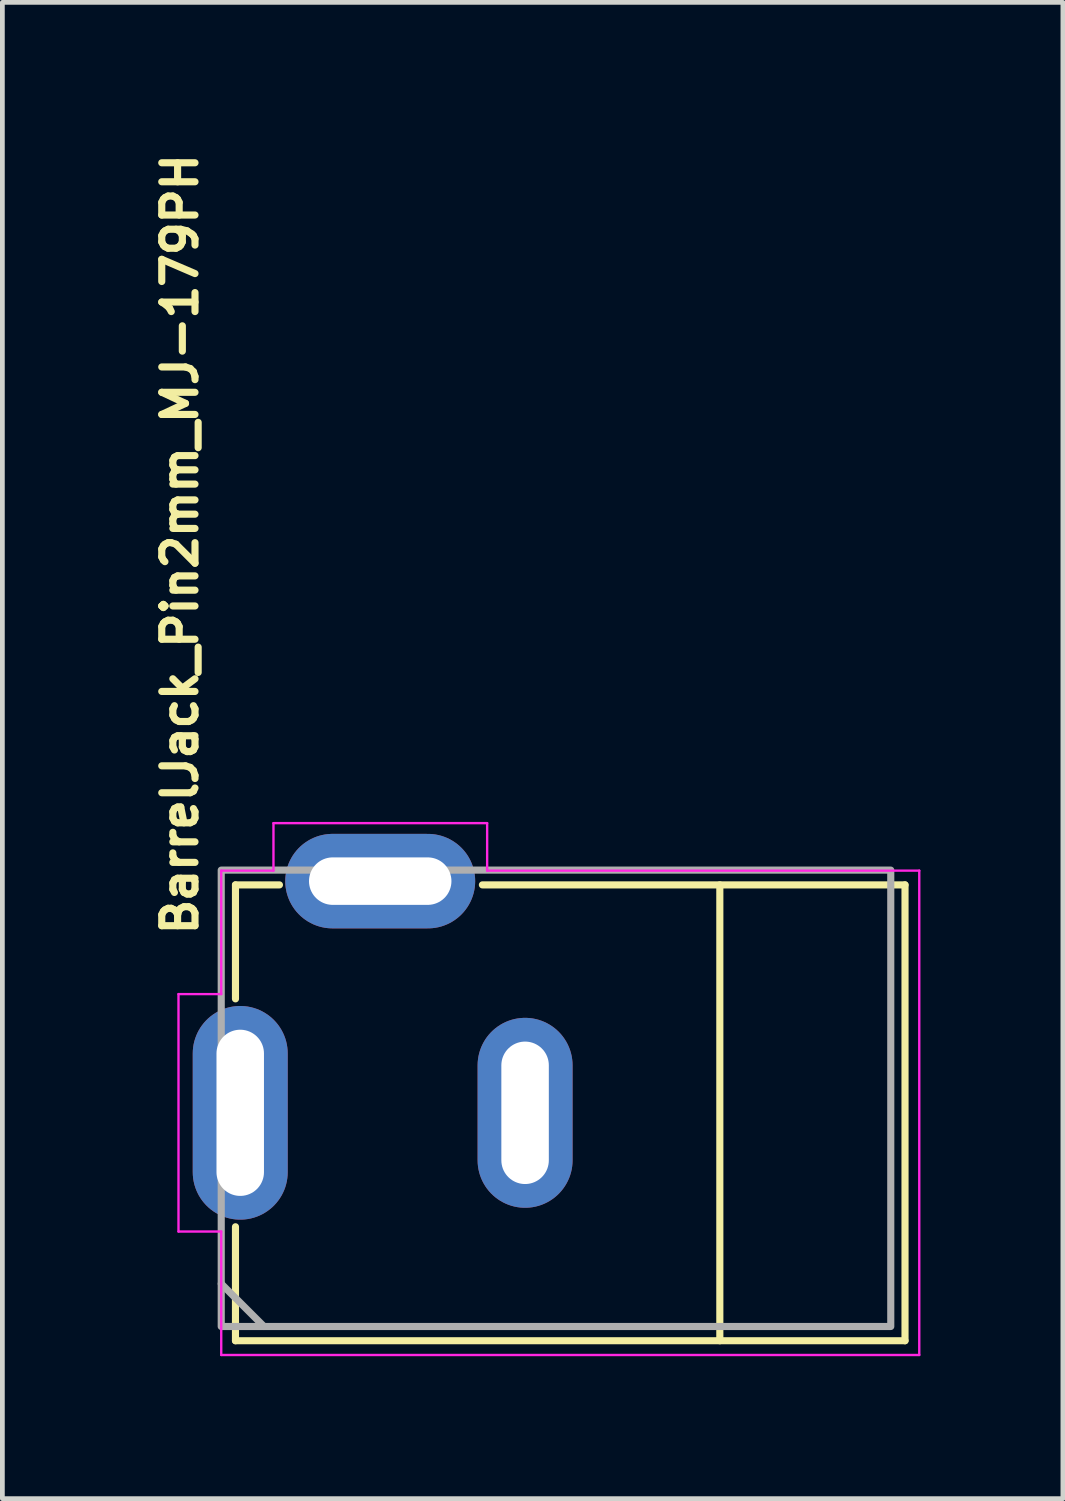
<source format=kicad_pcb>
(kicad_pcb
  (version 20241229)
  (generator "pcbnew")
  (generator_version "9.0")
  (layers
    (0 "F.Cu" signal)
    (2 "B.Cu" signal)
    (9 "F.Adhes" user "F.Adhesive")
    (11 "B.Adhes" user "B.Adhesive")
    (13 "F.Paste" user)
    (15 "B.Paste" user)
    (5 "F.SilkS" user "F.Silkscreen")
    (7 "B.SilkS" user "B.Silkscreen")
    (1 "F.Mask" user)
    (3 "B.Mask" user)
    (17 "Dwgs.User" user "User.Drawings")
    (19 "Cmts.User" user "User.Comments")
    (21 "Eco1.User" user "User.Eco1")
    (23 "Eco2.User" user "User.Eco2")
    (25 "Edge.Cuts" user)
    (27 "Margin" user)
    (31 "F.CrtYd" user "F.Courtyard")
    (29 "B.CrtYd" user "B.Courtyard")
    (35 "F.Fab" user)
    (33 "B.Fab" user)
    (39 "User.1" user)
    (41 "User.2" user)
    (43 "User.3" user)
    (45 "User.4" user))
  (footprint "BarrelJack_Pin2mm_MJ-179PH"
    (layer "F.Cu")
    (at 2.009 20.385)
    (property "Reference" "BarrelJack_Pin2mm_MJ-179PH" (at -0.859 -3.675 90) (layer "F.SilkS") (effects (font (size 0.7 0.7) (thickness 0.15)) (justify left bottom)))
    (attr through_hole)
    (fp_line (start -0.1 -4.8) (end 0.826 -4.8) (stroke (width 0.15) (type solid)) (layer "F.SilkS"))
    (fp_line (start -0.1 -2.4) (end -0.1 -4.8) (stroke (width 0.15) (type solid)) (layer "F.SilkS"))
    (fp_line (start -0.1 4.8) (end -0.1 2.4) (stroke (width 0.15) (type solid)) (layer "F.SilkS"))
    (fp_line (start 10.1 4.8) (end 10.1 -4.8) (stroke (width 0.15) (type solid)) (layer "F.SilkS"))
    (fp_line (start 14 -4.8) (end 5.1 -4.8) (stroke (width 0.15) (type solid)) (layer "F.SilkS"))
    (fp_line (start 14 4.8) (end -0.1 4.8) (stroke (width 0.15) (type solid)) (layer "F.SilkS"))
    (fp_line (start 14 4.8) (end 14 -4.8) (stroke (width 0.15) (type solid)) (layer "F.SilkS"))
    (fp_line (start -1.3 -2.5) (end -1.3 2.5) (stroke (width 0.05) (type solid)) (layer "F.CrtYd"))
    (fp_line (start -1.3 2.5) (end -0.4 2.5) (stroke (width 0.05) (type solid)) (layer "F.CrtYd"))
    (fp_line (start -0.4 -5.1) (end -0.4 -2.5) (stroke (width 0.05) (type solid)) (layer "F.CrtYd"))
    (fp_line (start -0.4 -2.5) (end -1.3 -2.5) (stroke (width 0.05) (type solid)) (layer "F.CrtYd"))
    (fp_line (start -0.4 2.5) (end -0.4 5.1) (stroke (width 0.05) (type solid)) (layer "F.CrtYd"))
    (fp_line (start -0.4 5.1) (end 14.3 5.1) (stroke (width 0.05) (type solid)) (layer "F.CrtYd"))
    (fp_line (start 0.7 -6.1) (end 0.7 -5.1) (stroke (width 0.05) (type solid)) (layer "F.CrtYd"))
    (fp_line (start 0.7 -5.1) (end -0.4 -5.1) (stroke (width 0.05) (type solid)) (layer "F.CrtYd"))
    (fp_line (start 5.2 -6.1) (end 0.7 -6.1) (stroke (width 0.05) (type solid)) (layer "F.CrtYd"))
    (fp_line (start 5.2 -5.1) (end 5.2 -6.1) (stroke (width 0.05) (type solid)) (layer "F.CrtYd"))
    (fp_line (start 14.3 -5.1) (end 5.2 -5.1) (stroke (width 0.05) (type solid)) (layer "F.CrtYd"))
    (fp_line (start 14.3 5.1) (end 14.3 -5.1) (stroke (width 0.05) (type solid)) (layer "F.CrtYd"))
    (fp_line (start -0.4 3.6) (end 0.5 4.5) (stroke (width 0.15) (type solid)) (layer "F.Fab"))
    (fp_rect (start -0.4 4.5) (end 13.7 -5.111) (stroke (width 0.15) (type solid)) (fill no) (layer "F.Fab"))
    (fp_rect (start -0.4 4.488) (end 13.7 -5.111) (stroke (width 0.1) (type solid)) (fill no) (layer "User.5"))
    (fp_line (start -0.4 -1.013) (end -0.4 -0.987) (stroke (width 0.02) (type solid)) (layer "User.9"))
    (fp_line (start -0.4 -0.987) (end -0.4 -0.961) (stroke (width 0.02) (type solid)) (layer "User.9"))
    (fp_line (start -0.4 -0.961) (end -0.4 -0.961) (stroke (width 0.02) (type solid)) (layer "User.9"))
    (fp_line (start -0.4 -0.961) (end -0.4 -0.889) (stroke (width 0.02) (type solid)) (layer "User.9"))
    (fp_line (start -0.4 -0.889) (end -0.4 -0.889) (stroke (width 0.02) (type solid)) (layer "User.9"))
    (fp_line (start -0.4 -0.889) (end -0.4 -0.774) (stroke (width 0.02) (type solid)) (layer "User.9"))
    (fp_line (start -0.4 -0.774) (end -0.4 -0.774) (stroke (width 0.02) (type solid)) (layer "User.9"))
    (fp_line (start -0.4 -0.774) (end -0.4 -0.619) (stroke (width 0.02) (type solid)) (layer "User.9"))
    (fp_line (start -0.4 -0.619) (end -0.4 -0.619) (stroke (width 0.02) (type solid)) (layer "User.9"))
    (fp_line (start -0.4 -0.619) (end -0.4 -0.435) (stroke (width 0.02) (type solid)) (layer "User.9"))
    (fp_line (start -0.4 -0.435) (end -0.4 -0.435) (stroke (width 0.02) (type solid)) (layer "User.9"))
    (fp_line (start -0.4 -0.435) (end -0.4 -0.228) (stroke (width 0.02) (type solid)) (layer "User.9"))
    (fp_line (start -0.4 -0.228) (end -0.4 -0.228) (stroke (width 0.02) (type solid)) (layer "User.9"))
    (fp_line (start -0.4 -0.228) (end -0.4 -0.011) (stroke (width 0.02) (type solid)) (layer "User.9"))
    (fp_line (start -0.4 -0.011) (end -0.4 -0.011) (stroke (width 0.02) (type solid)) (layer "User.9"))
    (fp_line (start -0.4 -0.011) (end -0.4 0.206) (stroke (width 0.02) (type solid)) (layer "User.9"))
    (fp_line (start -0.4 0.206) (end -0.4 0.206) (stroke (width 0.02) (type solid)) (layer "User.9"))
    (fp_line (start -0.4 0.206) (end -0.4 0.412) (stroke (width 0.02) (type solid)) (layer "User.9"))
    (fp_line (start -0.4 0.412) (end -0.4 0.412) (stroke (width 0.02) (type solid)) (layer "User.9"))
    (fp_line (start -0.4 0.412) (end -0.4 0.597) (stroke (width 0.02) (type solid)) (layer "User.9"))
    (fp_line (start -0.4 0.597) (end -0.4 0.597) (stroke (width 0.02) (type solid)) (layer "User.9"))
    (fp_line (start -0.4 0.597) (end -0.4 0.751) (stroke (width 0.02) (type solid)) (layer "User.9"))
    (fp_line (start -0.4 0.751) (end -0.4 0.751) (stroke (width 0.02) (type solid)) (layer "User.9"))
    (fp_line (start -0.4 0.751) (end -0.4 0.867) (stroke (width 0.02) (type solid)) (layer "User.9"))
    (fp_line (start -0.4 0.867) (end -0.4 0.867) (stroke (width 0.02) (type solid)) (layer "User.9"))
    (fp_line (start -0.4 0.867) (end -0.4 0.94) (stroke (width 0.02) (type solid)) (layer "User.9"))
    (fp_line (start -0.4 0.94) (end -0.4 0.94) (stroke (width 0.02) (type solid)) (layer "User.9"))
    (fp_line (start -0.4 0.94) (end -0.4 0.964) (stroke (width 0.02) (type solid)) (layer "User.9"))
    (fp_line (start -0.4 0.991) (end -0.4 0.964) (stroke (width 0.02) (type solid)) (layer "User.9"))
    (fp_line (start -0.397 -1.042) (end -0.4 -1.013) (stroke (width 0.02) (type solid)) (layer "User.9"))
    (fp_line (start -0.397 1.019) (end -0.4 0.991) (stroke (width 0.02) (type solid)) (layer "User.9"))
    (fp_line (start -0.394 -1.068) (end -0.397 -1.042) (stroke (width 0.02) (type solid)) (layer "User.9"))
    (fp_line (start -0.393 1.048) (end -0.397 1.019) (stroke (width 0.02) (type solid)) (layer "User.9"))
    (fp_line (start -0.389 -1.096) (end -0.394 -1.068) (stroke (width 0.02) (type solid)) (layer "User.9"))
    (fp_line (start -0.389 1.075) (end -0.393 1.048) (stroke (width 0.02) (type solid)) (layer "User.9"))
    (fp_line (start -0.382 -1.122) (end -0.389 -1.096) (stroke (width 0.02) (type solid)) (layer "User.9"))
    (fp_line (start -0.382 1.1) (end -0.389 1.075) (stroke (width 0.02) (type solid)) (layer "User.9"))
    (fp_line (start -0.374 -1.149) (end -0.382 -1.122) (stroke (width 0.02) (type solid)) (layer "User.9"))
    (fp_line (start -0.374 1.127) (end -0.382 1.1) (stroke (width 0.02) (type solid)) (layer "User.9"))
    (fp_line (start -0.364 -1.175) (end -0.374 -1.149) (stroke (width 0.02) (type solid)) (layer "User.9"))
    (fp_line (start -0.364 1.153) (end -0.374 1.127) (stroke (width 0.02) (type solid)) (layer "User.9"))
    (fp_line (start -0.353 -1.201) (end -0.364 -1.175) (stroke (width 0.02) (type solid)) (layer "User.9"))
    (fp_line (start -0.353 1.178) (end -0.364 1.153) (stroke (width 0.02) (type solid)) (layer "User.9"))
    (fp_line (start -0.341 -1.225) (end -0.353 -1.201) (stroke (width 0.02) (type solid)) (layer "User.9"))
    (fp_line (start -0.341 1.202) (end -0.353 1.178) (stroke (width 0.02) (type solid)) (layer "User.9"))
    (fp_line (start -0.327 -1.249) (end -0.341 -1.225) (stroke (width 0.02) (type solid)) (layer "User.9"))
    (fp_line (start -0.327 1.226) (end -0.341 1.202) (stroke (width 0.02) (type solid)) (layer "User.9"))
    (fp_line (start -0.311 -1.272) (end -0.327 -1.249) (stroke (width 0.02) (type solid)) (layer "User.9"))
    (fp_line (start -0.311 1.25) (end -0.327 1.226) (stroke (width 0.02) (type solid)) (layer "User.9"))
    (fp_line (start -0.295 1.272) (end -0.311 1.25) (stroke (width 0.02) (type solid)) (layer "User.9"))
    (fp_line (start -0.294 -1.294) (end -0.311 -1.272) (stroke (width 0.02) (type solid)) (layer "User.9"))
    (fp_line (start -0.278 -1.316) (end -0.294 -1.294) (stroke (width 0.02) (type solid)) (layer "User.9"))
    (fp_line (start -0.278 1.293) (end -0.295 1.272) (stroke (width 0.02) (type solid)) (layer "User.9"))
    (fp_line (start -0.258 -1.336) (end -0.278 -1.316) (stroke (width 0.02) (type solid)) (layer "User.9"))
    (fp_line (start -0.258 1.313) (end -0.278 1.293) (stroke (width 0.02) (type solid)) (layer "User.9"))
    (fp_line (start -0.238 -1.356) (end -0.258 -1.336) (stroke (width 0.02) (type solid)) (layer "User.9"))
    (fp_line (start -0.238 1.333) (end -0.258 1.313) (stroke (width 0.02) (type solid)) (layer "User.9"))
    (fp_line (start -0.221 1.339) (end -0.221 1.339) (stroke (width 0.02) (type solid)) (layer "User.9"))
    (fp_line (start -0.221 1.339) (end -0.221 1.341) (stroke (width 0.02) (type solid)) (layer "User.9"))
    (fp_line (start -0.221 1.341) (end -0.221 1.341) (stroke (width 0.02) (type solid)) (layer "User.9"))
    (fp_line (start -0.221 1.341) (end -0.221 1.341) (stroke (width 0.02) (type solid)) (layer "User.9"))
    (fp_line (start -0.221 1.341) (end -0.221 1.341) (stroke (width 0.02) (type solid)) (layer "User.9"))
    (fp_line (start -0.221 1.341) (end -0.221 1.343) (stroke (width 0.02) (type solid)) (layer "User.9"))
    (fp_line (start -0.221 1.343) (end -0.221 1.343) (stroke (width 0.02) (type solid)) (layer "User.9"))
    (fp_line (start -0.221 1.343) (end -0.221 1.343) (stroke (width 0.02) (type solid)) (layer "User.9"))
    (fp_line (start -0.221 1.343) (end -0.221 1.343) (stroke (width 0.02) (type solid)) (layer "User.9"))
    (fp_line (start -0.221 1.343) (end -0.221 1.343) (stroke (width 0.02) (type solid)) (layer "User.9"))
    (fp_line (start -0.221 1.343) (end -0.221 1.345) (stroke (width 0.02) (type solid)) (layer "User.9"))
    (fp_line (start -0.221 1.345) (end -0.221 1.345) (stroke (width 0.02) (type solid)) (layer "User.9"))
    (fp_line (start -0.221 1.345) (end -0.221 1.345) (stroke (width 0.02) (type solid)) (layer "User.9"))
    (fp_line (start -0.221 1.345) (end -0.221 1.345) (stroke (width 0.02) (type solid)) (layer "User.9"))
    (fp_line (start -0.221 1.345) (end -0.221 1.347) (stroke (width 0.02) (type solid)) (layer "User.9"))
    (fp_line (start -0.221 1.347) (end -0.221 1.347) (stroke (width 0.02) (type solid)) (layer "User.9"))
    (fp_line (start -0.221 1.347) (end -0.221 1.347) (stroke (width 0.02) (type solid)) (layer "User.9"))
    (fp_line (start -0.221 1.347) (end -0.22 1.347) (stroke (width 0.02) (type solid)) (layer "User.9"))
    (fp_line (start -0.22 1.337) (end -0.22 1.339) (stroke (width 0.02) (type solid)) (layer "User.9"))
    (fp_line (start -0.22 1.339) (end -0.221 1.339) (stroke (width 0.02) (type solid)) (layer "User.9"))
    (fp_line (start -0.22 1.339) (end -0.22 1.339) (stroke (width 0.02) (type solid)) (layer "User.9"))
    (fp_line (start -0.22 1.339) (end -0.22 1.339) (stroke (width 0.02) (type solid)) (layer "User.9"))
    (fp_line (start -0.22 1.347) (end -0.22 1.347) (stroke (width 0.02) (type solid)) (layer "User.9"))
    (fp_line (start -0.22 1.347) (end -0.22 1.349) (stroke (width 0.02) (type solid)) (layer "User.9"))
    (fp_line (start -0.22 1.349) (end -0.22 1.349) (stroke (width 0.02) (type solid)) (layer "User.9"))
    (fp_line (start -0.22 1.349) (end -0.219 1.349) (stroke (width 0.02) (type solid)) (layer "User.9"))
    (fp_line (start -0.219 1.337) (end -0.22 1.337) (stroke (width 0.02) (type solid)) (layer "User.9"))
    (fp_line (start -0.219 1.337) (end -0.219 1.337) (stroke (width 0.02) (type solid)) (layer "User.9"))
    (fp_line (start -0.219 1.337) (end -0.219 1.337) (stroke (width 0.02) (type solid)) (layer "User.9"))
    (fp_line (start -0.219 1.349) (end -0.219 1.349) (stroke (width 0.02) (type solid)) (layer "User.9"))
    (fp_line (start -0.219 1.349) (end -0.219 1.349) (stroke (width 0.02) (type solid)) (layer "User.9"))
    (fp_line (start -0.219 1.349) (end -0.218 1.351) (stroke (width 0.02) (type solid)) (layer "User.9"))
    (fp_line (start -0.218 -1.374) (end -0.238 -1.356) (stroke (width 0.02) (type solid)) (layer "User.9"))
    (fp_line (start -0.218 -1.374) (end -0.217 -1.374) (stroke (width 0.02) (type solid)) (layer "User.9"))
    (fp_line (start -0.218 1.335) (end -0.218 1.335) (stroke (width 0.02) (type solid)) (layer "User.9"))
    (fp_line (start -0.218 1.335) (end -0.218 1.337) (stroke (width 0.02) (type solid)) (layer "User.9"))
    (fp_line (start -0.218 1.337) (end -0.219 1.337) (stroke (width 0.02) (type solid)) (layer "User.9"))
    (fp_line (start -0.218 1.351) (end -0.238 1.333) (stroke (width 0.02) (type solid)) (layer "User.9"))
    (fp_line (start -0.218 1.351) (end -0.218 1.351) (stroke (width 0.02) (type solid)) (layer "User.9"))
    (fp_line (start -0.218 1.351) (end -0.218 1.351) (stroke (width 0.02) (type solid)) (layer "User.9"))
    (fp_line (start -0.218 1.351) (end -0.217 1.351) (stroke (width 0.02) (type solid)) (layer "User.9"))
    (fp_line (start -0.217 -1.374) (end -0.216 -1.374) (stroke (width 0.02) (type solid)) (layer "User.9"))
    (fp_line (start -0.217 1.335) (end -0.218 1.335) (stroke (width 0.02) (type solid)) (layer "User.9"))
    (fp_line (start -0.217 1.335) (end -0.217 1.335) (stroke (width 0.02) (type solid)) (layer "User.9"))
    (fp_line (start -0.217 1.335) (end -0.217 1.335) (stroke (width 0.02) (type solid)) (layer "User.9"))
    (fp_line (start -0.217 1.351) (end -0.217 1.351) (stroke (width 0.02) (type solid)) (layer "User.9"))
    (fp_line (start -0.217 1.351) (end -0.217 1.351) (stroke (width 0.02) (type solid)) (layer "User.9"))
    (fp_line (start -0.217 1.351) (end -0.216 1.353) (stroke (width 0.02) (type solid)) (layer "User.9"))
    (fp_line (start -0.216 -1.374) (end -0.215 -1.374) (stroke (width 0.02) (type solid)) (layer "User.9"))
    (fp_line (start -0.216 1.335) (end -0.217 1.335) (stroke (width 0.02) (type solid)) (layer "User.9"))
    (fp_line (start -0.216 1.335) (end -0.216 1.335) (stroke (width 0.02) (type solid)) (layer "User.9"))
    (fp_line (start -0.216 1.353) (end -0.216 1.353) (stroke (width 0.02) (type solid)) (layer "User.9"))
    (fp_line (start -0.216 1.353) (end -0.215 1.353) (stroke (width 0.02) (type solid)) (layer "User.9"))
    (fp_line (start -0.215 -1.374) (end -0.215 -1.374) (stroke (width 0.02) (type solid)) (layer "User.9"))
    (fp_line (start -0.215 -1.374) (end -0.214 -1.374) (stroke (width 0.02) (type solid)) (layer "User.9"))
    (fp_line (start -0.215 1.333) (end -0.216 1.335) (stroke (width 0.02) (type solid)) (layer "User.9"))
    (fp_line (start -0.215 1.333) (end -0.215 1.333) (stroke (width 0.02) (type solid)) (layer "User.9"))
    (fp_line (start -0.215 1.353) (end -0.215 1.353) (stroke (width 0.02) (type solid)) (layer "User.9"))
    (fp_line (start -0.215 1.353) (end -0.214 1.353) (stroke (width 0.02) (type solid)) (layer "User.9"))
    (fp_line (start -0.214 -1.374) (end -0.213 -1.376) (stroke (width 0.02) (type solid)) (layer "User.9"))
    (fp_line (start -0.214 1.333) (end -0.215 1.333) (stroke (width 0.02) (type solid)) (layer "User.9"))
    (fp_line (start -0.214 1.333) (end -0.214 1.333) (stroke (width 0.02) (type solid)) (layer "User.9"))
    (fp_line (start -0.214 1.353) (end -0.214 1.353) (stroke (width 0.02) (type solid)) (layer "User.9"))
    (fp_line (start -0.214 1.353) (end -0.213 1.353) (stroke (width 0.02) (type solid)) (layer "User.9"))
    (fp_line (start -0.213 -1.376) (end -0.213 -1.376) (stroke (width 0.02) (type solid)) (layer "User.9"))
    (fp_line (start -0.213 -1.376) (end -0.212 -1.376) (stroke (width 0.02) (type solid)) (layer "User.9"))
    (fp_line (start -0.213 1.333) (end -0.214 1.333) (stroke (width 0.02) (type solid)) (layer "User.9"))
    (fp_line (start -0.213 1.333) (end -0.213 1.333) (stroke (width 0.02) (type solid)) (layer "User.9"))
    (fp_line (start -0.213 1.353) (end -0.213 1.353) (stroke (width 0.02) (type solid)) (layer "User.9"))
    (fp_line (start -0.213 1.353) (end -0.212 1.353) (stroke (width 0.02) (type solid)) (layer "User.9"))
    (fp_line (start -0.212 -1.376) (end -0.211 -1.376) (stroke (width 0.02) (type solid)) (layer "User.9"))
    (fp_line (start -0.212 1.333) (end -0.213 1.333) (stroke (width 0.02) (type solid)) (layer "User.9"))
    (fp_line (start -0.212 1.333) (end -0.212 1.333) (stroke (width 0.02) (type solid)) (layer "User.9"))
    (fp_line (start -0.212 1.353) (end -0.212 1.353) (stroke (width 0.02) (type solid)) (layer "User.9"))
    (fp_line (start -0.212 1.353) (end -0.211 1.353) (stroke (width 0.02) (type solid)) (layer "User.9"))
    (fp_line (start -0.211 -1.376) (end -0.211 -1.376) (stroke (width 0.02) (type solid)) (layer "User.9"))
    (fp_line (start -0.211 -1.376) (end -0.21 -1.376) (stroke (width 0.02) (type solid)) (layer "User.9"))
    (fp_line (start -0.211 1.333) (end -0.212 1.333) (stroke (width 0.02) (type solid)) (layer "User.9"))
    (fp_line (start -0.211 1.333) (end -0.211 1.333) (stroke (width 0.02) (type solid)) (layer "User.9"))
    (fp_line (start -0.211 1.333) (end -0.211 1.333) (stroke (width 0.02) (type solid)) (layer "User.9"))
    (fp_line (start -0.211 1.333) (end -0.211 1.333) (stroke (width 0.02) (type solid)) (layer "User.9"))
    (fp_line (start -0.211 1.353) (end -0.211 1.353) (stroke (width 0.02) (type solid)) (layer "User.9"))
    (fp_line (start -0.211 1.353) (end -0.211 1.353) (stroke (width 0.02) (type solid)) (layer "User.9"))
    (fp_line (start -0.211 1.353) (end -0.21 1.353) (stroke (width 0.02) (type solid)) (layer "User.9"))
    (fp_line (start -0.21 -1.376) (end -0.209 -1.376) (stroke (width 0.02) (type solid)) (layer "User.9"))
    (fp_line (start -0.21 1.333) (end -0.211 1.333) (stroke (width 0.02) (type solid)) (layer "User.9"))
    (fp_line (start -0.21 1.333) (end -0.21 1.333) (stroke (width 0.02) (type solid)) (layer "User.9"))
    (fp_line (start -0.21 1.353) (end -0.21 1.353) (stroke (width 0.02) (type solid)) (layer "User.9"))
    (fp_line (start -0.21 1.353) (end -0.209 1.353) (stroke (width 0.02) (type solid)) (layer "User.9"))
    (fp_line (start -0.209 -1.376) (end -0.209 -1.376) (stroke (width 0.02) (type solid)) (layer "User.9"))
    (fp_line (start -0.209 -1.376) (end -0.208 -1.376) (stroke (width 0.02) (type solid)) (layer "User.9"))
    (fp_line (start -0.209 1.333) (end -0.21 1.333) (stroke (width 0.02) (type solid)) (layer "User.9"))
    (fp_line (start -0.209 1.333) (end -0.209 1.333) (stroke (width 0.02) (type solid)) (layer "User.9"))
    (fp_line (start -0.209 1.353) (end -0.209 1.353) (stroke (width 0.02) (type solid)) (layer "User.9"))
    (fp_line (start -0.209 1.353) (end -0.208 1.353) (stroke (width 0.02) (type solid)) (layer "User.9"))
    (fp_line (start -0.208 -1.376) (end -0.208 -1.374) (stroke (width 0.02) (type solid)) (layer "User.9"))
    (fp_line (start -0.208 -1.374) (end -0.207 -1.374) (stroke (width 0.02) (type solid)) (layer "User.9"))
    (fp_line (start -0.208 1.333) (end -0.209 1.333) (stroke (width 0.02) (type solid)) (layer "User.9"))
    (fp_line (start -0.208 1.333) (end -0.208 1.333) (stroke (width 0.02) (type solid)) (layer "User.9"))
    (fp_line (start -0.208 1.333) (end -0.208 1.333) (stroke (width 0.02) (type solid)) (layer "User.9"))
    (fp_line (start -0.208 1.353) (end -0.208 1.353) (stroke (width 0.02) (type solid)) (layer "User.9"))
    (fp_line (start -0.208 1.353) (end -0.208 1.353) (stroke (width 0.02) (type solid)) (layer "User.9"))
    (fp_line (start -0.208 1.353) (end -0.207 1.353) (stroke (width 0.02) (type solid)) (layer "User.9"))
    (fp_line (start -0.207 -1.374) (end -0.207 -1.374) (stroke (width 0.02) (type solid)) (layer "User.9"))
    (fp_line (start -0.207 -1.374) (end -0.206 -1.374) (stroke (width 0.02) (type solid)) (layer "User.9"))
    (fp_line (start -0.207 1.335) (end -0.208 1.333) (stroke (width 0.02) (type solid)) (layer "User.9"))
    (fp_line (start -0.207 1.335) (end -0.207 1.335) (stroke (width 0.02) (type solid)) (layer "User.9"))
    (fp_line (start -0.207 1.353) (end -0.207 1.353) (stroke (width 0.02) (type solid)) (layer "User.9"))
    (fp_line (start -0.207 1.353) (end -0.206 1.351) (stroke (width 0.02) (type solid)) (layer "User.9"))
    (fp_line (start -0.206 -1.374) (end -0.206 -1.374) (stroke (width 0.02) (type solid)) (layer "User.9"))
    (fp_line (start -0.206 -1.374) (end -0.205 -1.374) (stroke (width 0.02) (type solid)) (layer "User.9"))
    (fp_line (start -0.206 1.335) (end -0.207 1.335) (stroke (width 0.02) (type solid)) (layer "User.9"))
    (fp_line (start -0.206 1.335) (end -0.206 1.335) (stroke (width 0.02) (type solid)) (layer "User.9"))
    (fp_line (start -0.206 1.351) (end -0.206 1.351) (stroke (width 0.02) (type solid)) (layer "User.9"))
    (fp_line (start -0.206 1.351) (end -0.205 1.351) (stroke (width 0.02) (type solid)) (layer "User.9"))
    (fp_line (start -0.205 -1.374) (end -0.205 -1.374) (stroke (width 0.02) (type solid)) (layer "User.9"))
    (fp_line (start -0.205 -1.374) (end -0.205 -1.372) (stroke (width 0.02) (type solid)) (layer "User.9"))
    (fp_line (start -0.205 -1.372) (end -0.204 -1.372) (stroke (width 0.02) (type solid)) (layer "User.9"))
    (fp_line (start -0.205 1.335) (end -0.206 1.335) (stroke (width 0.02) (type solid)) (layer "User.9"))
    (fp_line (start -0.205 1.335) (end -0.205 1.335) (stroke (width 0.02) (type solid)) (layer "User.9"))
    (fp_line (start -0.205 1.335) (end -0.205 1.335) (stroke (width 0.02) (type solid)) (layer "User.9"))
    (fp_line (start -0.205 1.351) (end -0.205 1.351) (stroke (width 0.02) (type solid)) (layer "User.9"))
    (fp_line (start -0.205 1.351) (end -0.205 1.351) (stroke (width 0.02) (type solid)) (layer "User.9"))
    (fp_line (start -0.205 1.351) (end -0.204 1.351) (stroke (width 0.02) (type solid)) (layer "User.9"))
    (fp_line (start -0.204 -1.372) (end -0.204 -1.372) (stroke (width 0.02) (type solid)) (layer "User.9"))
    (fp_line (start -0.204 -1.372) (end -0.203 -1.37) (stroke (width 0.02) (type solid)) (layer "User.9"))
    (fp_line (start -0.204 1.337) (end -0.205 1.335) (stroke (width 0.02) (type solid)) (layer "User.9"))
    (fp_line (start -0.204 1.337) (end -0.204 1.337) (stroke (width 0.02) (type solid)) (layer "User.9"))
    (fp_line (start -0.204 1.337) (end -0.204 1.337) (stroke (width 0.02) (type solid)) (layer "User.9"))
    (fp_line (start -0.204 1.349) (end -0.204 1.349) (stroke (width 0.02) (type solid)) (layer "User.9"))
    (fp_line (start -0.204 1.349) (end -0.203 1.349) (stroke (width 0.02) (type solid)) (layer "User.9"))
    (fp_line (start -0.204 1.351) (end -0.204 1.349) (stroke (width 0.02) (type solid)) (layer "User.9"))
    (fp_line (start -0.203 -1.37) (end -0.203 -1.37) (stroke (width 0.02) (type solid)) (layer "User.9"))
    (fp_line (start -0.203 -1.37) (end -0.203 -1.37) (stroke (width 0.02) (type solid)) (layer "User.9"))
    (fp_line (start -0.203 -1.37) (end -0.202 -1.368) (stroke (width 0.02) (type solid)) (layer "User.9"))
    (fp_line (start -0.203 1.337) (end -0.204 1.337) (stroke (width 0.02) (type solid)) (layer "User.9"))
    (fp_line (start -0.203 1.337) (end -0.203 1.337) (stroke (width 0.02) (type solid)) (layer "User.9"))
    (fp_line (start -0.203 1.339) (end -0.203 1.337) (stroke (width 0.02) (type solid)) (layer "User.9"))
    (fp_line (start -0.203 1.339) (end -0.203 1.339) (stroke (width 0.02) (type solid)) (layer "User.9"))
    (fp_line (start -0.203 1.347) (end -0.202 1.347) (stroke (width 0.02) (type solid)) (layer "User.9"))
    (fp_line (start -0.203 1.349) (end -0.203 1.347) (stroke (width 0.02) (type solid)) (layer "User.9"))
    (fp_line (start -0.203 1.349) (end -0.203 1.349) (stroke (width 0.02) (type solid)) (layer "User.9"))
    (fp_line (start -0.203 1.349) (end -0.203 1.349) (stroke (width 0.02) (type solid)) (layer "User.9"))
    (fp_line (start -0.202 -1.368) (end -0.202 -1.368) (stroke (width 0.02) (type solid)) (layer "User.9"))
    (fp_line (start -0.202 -1.368) (end -0.202 -1.368) (stroke (width 0.02) (type solid)) (layer "User.9"))
    (fp_line (start -0.202 -1.368) (end -0.202 -1.366) (stroke (width 0.02) (type solid)) (layer "User.9"))
    (fp_line (start -0.202 -1.366) (end -0.201 -1.366) (stroke (width 0.02) (type solid)) (layer "User.9"))
    (fp_line (start -0.202 1.339) (end -0.203 1.339) (stroke (width 0.02) (type solid)) (layer "User.9"))
    (fp_line (start -0.202 1.339) (end -0.202 1.339) (stroke (width 0.02) (type solid)) (layer "User.9"))
    (fp_line (start -0.202 1.339) (end -0.202 1.339) (stroke (width 0.02) (type solid)) (layer "User.9"))
    (fp_line (start -0.202 1.341) (end -0.202 1.339) (stroke (width 0.02) (type solid)) (layer "User.9"))
    (fp_line (start -0.202 1.341) (end -0.202 1.341) (stroke (width 0.02) (type solid)) (layer "User.9"))
    (fp_line (start -0.202 1.341) (end -0.202 1.341) (stroke (width 0.02) (type solid)) (layer "User.9"))
    (fp_line (start -0.202 1.341) (end -0.202 1.341) (stroke (width 0.02) (type solid)) (layer "User.9"))
    (fp_line (start -0.202 1.345) (end -0.202 1.345) (stroke (width 0.02) (type solid)) (layer "User.9"))
    (fp_line (start -0.202 1.345) (end -0.202 1.345) (stroke (width 0.02) (type solid)) (layer "User.9"))
    (fp_line (start -0.202 1.345) (end -0.201 1.345) (stroke (width 0.02) (type solid)) (layer "User.9"))
    (fp_line (start -0.202 1.347) (end -0.202 1.345) (stroke (width 0.02) (type solid)) (layer "User.9"))
    (fp_line (start -0.202 1.347) (end -0.202 1.347) (stroke (width 0.02) (type solid)) (layer "User.9"))
    (fp_line (start -0.202 1.347) (end -0.202 1.347) (stroke (width 0.02) (type solid)) (layer "User.9"))
    (fp_line (start -0.202 1.347) (end -0.202 1.347) (stroke (width 0.02) (type solid)) (layer "User.9"))
    (fp_line (start -0.201 -1.784) (end -0.201 -1.779) (stroke (width 0.02) (type solid)) (layer "User.9"))
    (fp_line (start -0.201 -1.779) (end -0.201 -1.773) (stroke (width 0.02) (type solid)) (layer "User.9"))
    (fp_line (start -0.201 -1.773) (end -0.201 -1.773) (stroke (width 0.02) (type solid)) (layer "User.9"))
    (fp_line (start -0.201 -1.773) (end -0.201 -1.693) (stroke (width 0.02) (type solid)) (layer "User.9"))
    (fp_line (start -0.201 -1.729) (end -0.201 -1.773) (stroke (width 0.02) (type solid)) (layer "User.9"))
    (fp_line (start -0.201 -1.729) (end -0.201 -1.729) (stroke (width 0.02) (type solid)) (layer "User.9"))
    (fp_line (start -0.201 -1.693) (end -0.201 -1.693) (stroke (width 0.02) (type solid)) (layer "User.9"))
    (fp_line (start -0.201 -1.693) (end -0.201 -1.449) (stroke (width 0.02) (type solid)) (layer "User.9"))
    (fp_line (start -0.201 -1.683) (end -0.201 -1.773) (stroke (width 0.02) (type solid)) (layer "User.9"))
    (fp_line (start -0.201 -1.683) (end -0.201 -1.683) (stroke (width 0.02) (type solid)) (layer "User.9"))
    (fp_line (start -0.201 -1.598) (end -0.201 -1.729) (stroke (width 0.02) (type solid)) (layer "User.9"))
    (fp_line (start -0.201 -1.598) (end -0.201 -1.598) (stroke (width 0.02) (type solid)) (layer "User.9"))
    (fp_line (start -0.201 -1.433) (end -0.201 -1.683) (stroke (width 0.02) (type solid)) (layer "User.9"))
    (fp_line (start -0.201 -1.433) (end -0.201 -1.433) (stroke (width 0.02) (type solid)) (layer "User.9"))
    (fp_line (start -0.201 -1.39) (end -0.201 -1.598) (stroke (width 0.02) (type solid)) (layer "User.9"))
    (fp_line (start -0.201 -1.39) (end -0.201 -1.39) (stroke (width 0.02) (type solid)) (layer "User.9"))
    (fp_line (start -0.201 -1.366) (end -0.201 -1.332) (stroke (width 0.02) (type solid)) (layer "User.9"))
    (fp_line (start -0.201 -1.332) (end -0.201 -1.366) (stroke (width 0.02) (type solid)) (layer "User.9"))
    (fp_line (start -0.201 -1.332) (end -0.201 -1.332) (stroke (width 0.02) (type solid)) (layer "User.9"))
    (fp_line (start -0.201 -1.332) (end -0.201 -1.332) (stroke (width 0.02) (type solid)) (layer "User.9"))
    (fp_line (start -0.201 -1.332) (end -0.201 -1.231) (stroke (width 0.02) (type solid)) (layer "User.9"))
    (fp_line (start -0.201 -1.231) (end -0.201 -1.332) (stroke (width 0.02) (type solid)) (layer "User.9"))
    (fp_line (start -0.201 -1.231) (end -0.201 -1.231) (stroke (width 0.02) (type solid)) (layer "User.9"))
    (fp_line (start -0.201 -1.231) (end -0.201 -1.231) (stroke (width 0.02) (type solid)) (layer "User.9"))
    (fp_line (start -0.201 -1.231) (end -0.201 -1.07) (stroke (width 0.02) (type solid)) (layer "User.9"))
    (fp_line (start -0.201 -1.11) (end -0.201 -1.39) (stroke (width 0.02) (type solid)) (layer "User.9"))
    (fp_line (start -0.201 -1.11) (end -0.201 -1.11) (stroke (width 0.02) (type solid)) (layer "User.9"))
    (fp_line (start -0.201 -1.07) (end -0.201 -1.231) (stroke (width 0.02) (type solid)) (layer "User.9"))
    (fp_line (start -0.201 -1.07) (end -0.201 -1.07) (stroke (width 0.02) (type solid)) (layer "User.9"))
    (fp_line (start -0.201 -1.07) (end -0.201 -1.07) (stroke (width 0.02) (type solid)) (layer "User.9"))
    (fp_line (start -0.201 -1.07) (end -0.201 -0.855) (stroke (width 0.02) (type solid)) (layer "User.9"))
    (fp_line (start -0.201 -1.042) (end -0.201 -1.433) (stroke (width 0.02) (type solid)) (layer "User.9"))
    (fp_line (start -0.201 -1.042) (end -0.201 -1.042) (stroke (width 0.02) (type solid)) (layer "User.9"))
    (fp_line (start -0.201 -0.855) (end -0.201 -1.07) (stroke (width 0.02) (type solid)) (layer "User.9"))
    (fp_line (start -0.201 -0.855) (end -0.201 -0.855) (stroke (width 0.02) (type solid)) (layer "User.9"))
    (fp_line (start -0.201 -0.855) (end -0.201 -0.855) (stroke (width 0.02) (type solid)) (layer "User.9"))
    (fp_line (start -0.201 -0.855) (end -0.201 -0.598) (stroke (width 0.02) (type solid)) (layer "User.9"))
    (fp_line (start -0.201 -0.776) (end -0.201 -1.11) (stroke (width 0.02) (type solid)) (layer "User.9"))
    (fp_line (start -0.201 -0.776) (end -0.201 -0.776) (stroke (width 0.02) (type solid)) (layer "User.9"))
    (fp_line (start -0.201 -0.598) (end -0.201 -0.855) (stroke (width 0.02) (type solid)) (layer "User.9"))
    (fp_line (start -0.201 -0.598) (end -0.201 -0.598) (stroke (width 0.02) (type solid)) (layer "User.9"))
    (fp_line (start -0.201 -0.598) (end -0.201 -0.598) (stroke (width 0.02) (type solid)) (layer "User.9"))
    (fp_line (start -0.201 -0.598) (end -0.201 -0.313) (stroke (width 0.02) (type solid)) (layer "User.9"))
    (fp_line (start -0.201 -0.554) (end -0.201 -1.042) (stroke (width 0.02) (type solid)) (layer "User.9"))
    (fp_line (start -0.201 -0.554) (end -0.201 -0.554) (stroke (width 0.02) (type solid)) (layer "User.9"))
    (fp_line (start -0.201 -0.404) (end -0.201 -0.776) (stroke (width 0.02) (type solid)) (layer "User.9"))
    (fp_line (start -0.201 -0.404) (end -0.201 -0.404) (stroke (width 0.02) (type solid)) (layer "User.9"))
    (fp_line (start -0.201 -0.313) (end -0.201 -0.598) (stroke (width 0.02) (type solid)) (layer "User.9"))
    (fp_line (start -0.201 -0.313) (end -0.201 -0.313) (stroke (width 0.02) (type solid)) (layer "User.9"))
    (fp_line (start -0.201 -0.313) (end -0.201 -0.313) (stroke (width 0.02) (type solid)) (layer "User.9"))
    (fp_line (start -0.201 -0.313) (end -0.201 -0.011) (stroke (width 0.02) (type solid)) (layer "User.9"))
    (fp_line (start -0.201 -0.011) (end -0.201 -0.554) (stroke (width 0.02) (type solid)) (layer "User.9"))
    (fp_line (start -0.201 -0.011) (end -0.201 -0.404) (stroke (width 0.02) (type solid)) (layer "User.9"))
    (fp_line (start -0.201 -0.011) (end -0.201 -0.313) (stroke (width 0.02) (type solid)) (layer "User.9"))
    (fp_line (start -0.201 -0.011) (end -0.201 -0.011) (stroke (width 0.02) (type solid)) (layer "User.9"))
    (fp_line (start -0.201 -0.011) (end -0.201 -0.011) (stroke (width 0.02) (type solid)) (layer "User.9"))
    (fp_line (start -0.201 -0.011) (end -0.201 -0.011) (stroke (width 0.02) (type solid)) (layer "User.9"))
    (fp_line (start -0.201 -0.011) (end -0.201 -0.011) (stroke (width 0.02) (type solid)) (layer "User.9"))
    (fp_line (start -0.201 -0.011) (end -0.201 0.29) (stroke (width 0.02) (type solid)) (layer "User.9"))
    (fp_line (start -0.201 0.29) (end -0.201 -0.011) (stroke (width 0.02) (type solid)) (layer "User.9"))
    (fp_line (start -0.201 0.29) (end -0.201 0.29) (stroke (width 0.02) (type solid)) (layer "User.9"))
    (fp_line (start -0.201 0.29) (end -0.201 0.29) (stroke (width 0.02) (type solid)) (layer "User.9"))
    (fp_line (start -0.201 0.29) (end -0.201 0.576) (stroke (width 0.02) (type solid)) (layer "User.9"))
    (fp_line (start -0.201 0.38) (end -0.201 -0.011) (stroke (width 0.02) (type solid)) (layer "User.9"))
    (fp_line (start -0.201 0.38) (end -0.201 0.38) (stroke (width 0.02) (type solid)) (layer "User.9"))
    (fp_line (start -0.201 0.531) (end -0.201 -0.011) (stroke (width 0.02) (type solid)) (layer "User.9"))
    (fp_line (start -0.201 0.531) (end -0.201 0.531) (stroke (width 0.02) (type solid)) (layer "User.9"))
    (fp_line (start -0.201 0.576) (end -0.201 0.29) (stroke (width 0.02) (type solid)) (layer "User.9"))
    (fp_line (start -0.201 0.576) (end -0.201 0.576) (stroke (width 0.02) (type solid)) (layer "User.9"))
    (fp_line (start -0.201 0.576) (end -0.201 0.576) (stroke (width 0.02) (type solid)) (layer "User.9"))
    (fp_line (start -0.201 0.576) (end -0.201 0.834) (stroke (width 0.02) (type solid)) (layer "User.9"))
    (fp_line (start -0.201 0.753) (end -0.201 0.38) (stroke (width 0.02) (type solid)) (layer "User.9"))
    (fp_line (start -0.201 0.753) (end -0.201 0.753) (stroke (width 0.02) (type solid)) (layer "User.9"))
    (fp_line (start -0.201 0.834) (end -0.201 0.576) (stroke (width 0.02) (type solid)) (layer "User.9"))
    (fp_line (start -0.201 0.834) (end -0.201 0.834) (stroke (width 0.02) (type solid)) (layer "User.9"))
    (fp_line (start -0.201 0.834) (end -0.201 0.834) (stroke (width 0.02) (type solid)) (layer "User.9"))
    (fp_line (start -0.201 0.834) (end -0.201 1.048) (stroke (width 0.02) (type solid)) (layer "User.9"))
    (fp_line (start -0.201 1.02) (end -0.201 0.531) (stroke (width 0.02) (type solid)) (layer "User.9"))
    (fp_line (start -0.201 1.02) (end -0.201 1.02) (stroke (width 0.02) (type solid)) (layer "User.9"))
    (fp_line (start -0.201 1.048) (end -0.201 0.834) (stroke (width 0.02) (type solid)) (layer "User.9"))
    (fp_line (start -0.201 1.048) (end -0.201 1.048) (stroke (width 0.02) (type solid)) (layer "User.9"))
    (fp_line (start -0.201 1.048) (end -0.201 1.048) (stroke (width 0.02) (type solid)) (layer "User.9"))
    (fp_line (start -0.201 1.048) (end -0.201 1.21) (stroke (width 0.02) (type solid)) (layer "User.9"))
    (fp_line (start -0.201 1.088) (end -0.201 0.753) (stroke (width 0.02) (type solid)) (layer "User.9"))
    (fp_line (start -0.201 1.088) (end -0.201 1.088) (stroke (width 0.02) (type solid)) (layer "User.9"))
    (fp_line (start -0.201 1.21) (end -0.201 1.048) (stroke (width 0.02) (type solid)) (layer "User.9"))
    (fp_line (start -0.201 1.21) (end -0.201 1.21) (stroke (width 0.02) (type solid)) (layer "User.9"))
    (fp_line (start -0.201 1.21) (end -0.201 1.21) (stroke (width 0.02) (type solid)) (layer "User.9"))
    (fp_line (start -0.201 1.21) (end -0.201 1.309) (stroke (width 0.02) (type solid)) (layer "User.9"))
    (fp_line (start -0.201 1.309) (end -0.201 1.21) (stroke (width 0.02) (type solid)) (layer "User.9"))
    (fp_line (start -0.201 1.309) (end -0.201 1.309) (stroke (width 0.02) (type solid)) (layer "User.9"))
    (fp_line (start -0.201 1.309) (end -0.201 1.309) (stroke (width 0.02) (type solid)) (layer "User.9"))
    (fp_line (start -0.201 1.309) (end -0.201 1.343) (stroke (width 0.02) (type solid)) (layer "User.9"))
    (fp_line (start -0.201 1.343) (end -0.202 1.341) (stroke (width 0.02) (type solid)) (layer "User.9"))
    (fp_line (start -0.201 1.343) (end -0.201 1.309) (stroke (width 0.02) (type solid)) (layer "User.9"))
    (fp_line (start -0.201 1.343) (end -0.201 1.343) (stroke (width 0.02) (type solid)) (layer "User.9"))
    (fp_line (start -0.201 1.343) (end -0.201 1.343) (stroke (width 0.02) (type solid)) (layer "User.9"))
    (fp_line (start -0.201 1.343) (end -0.201 1.343) (stroke (width 0.02) (type solid)) (layer "User.9"))
    (fp_line (start -0.201 1.343) (end -0.201 1.343) (stroke (width 0.02) (type solid)) (layer "User.9"))
    (fp_line (start -0.201 1.345) (end -0.201 1.343) (stroke (width 0.02) (type solid)) (layer "User.9"))
    (fp_line (start -0.201 1.367) (end -0.201 1.088) (stroke (width 0.02) (type solid)) (layer "User.9"))
    (fp_line (start -0.201 1.367) (end -0.201 1.367) (stroke (width 0.02) (type solid)) (layer "User.9"))
    (fp_line (start -0.201 1.409) (end -0.201 1.02) (stroke (width 0.02) (type solid)) (layer "User.9"))
    (fp_line (start -0.201 1.409) (end -0.201 1.409) (stroke (width 0.02) (type solid)) (layer "User.9"))
    (fp_line (start -0.201 1.426) (end -0.201 1.669) (stroke (width 0.02) (type solid)) (layer "User.9"))
    (fp_line (start -0.201 1.426) (end -0.201 1.75) (stroke (width 0.02) (type solid)) (layer "User.9"))
    (fp_line (start -0.201 1.577) (end -0.201 1.367) (stroke (width 0.02) (type solid)) (layer "User.9"))
    (fp_line (start -0.201 1.577) (end -0.201 1.577) (stroke (width 0.02) (type solid)) (layer "User.9"))
    (fp_line (start -0.201 1.661) (end -0.201 1.409) (stroke (width 0.02) (type solid)) (layer "User.9"))
    (fp_line (start -0.201 1.661) (end -0.201 1.661) (stroke (width 0.02) (type solid)) (layer "User.9"))
    (fp_line (start -0.201 1.669) (end -0.201 1.669) (stroke (width 0.02) (type solid)) (layer "User.9"))
    (fp_line (start -0.201 1.669) (end -0.201 1.75) (stroke (width 0.02) (type solid)) (layer "User.9"))
    (fp_line (start -0.201 1.706) (end -0.201 1.577) (stroke (width 0.02) (type solid)) (layer "User.9"))
    (fp_line (start -0.201 1.706) (end -0.201 1.706) (stroke (width 0.02) (type solid)) (layer "User.9"))
    (fp_line (start -0.201 1.75) (end -0.201 1.661) (stroke (width 0.02) (type solid)) (layer "User.9"))
    (fp_line (start -0.201 1.75) (end -0.201 1.706) (stroke (width 0.02) (type solid)) (layer "User.9"))
    (fp_line (start -0.201 1.75) (end -0.201 1.75) (stroke (width 0.02) (type solid)) (layer "User.9"))
    (fp_line (start -0.201 1.756) (end -0.201 1.75) (stroke (width 0.02) (type solid)) (layer "User.9"))
    (fp_line (start -0.201 1.762) (end -0.201 1.756) (stroke (width 0.02) (type solid)) (layer "User.9"))
    (fp_line (start -0.2 -1.794) (end -0.2 -1.788) (stroke (width 0.02) (type solid)) (layer "User.9"))
    (fp_line (start -0.2 -1.788) (end -0.201 -1.784) (stroke (width 0.02) (type solid)) (layer "User.9"))
    (fp_line (start -0.2 1.766) (end -0.201 1.762) (stroke (width 0.02) (type solid)) (layer "User.9"))
    (fp_line (start -0.2 1.77) (end -0.2 1.766) (stroke (width 0.02) (type solid)) (layer "User.9"))
    (fp_line (start -0.198 -1.798) (end -0.2 -1.794) (stroke (width 0.02) (type solid)) (layer "User.9"))
    (fp_line (start -0.198 1.776) (end -0.2 1.77) (stroke (width 0.02) (type solid)) (layer "User.9"))
    (fp_line (start -0.196 -1.804) (end -0.198 -1.798) (stroke (width 0.02) (type solid)) (layer "User.9"))
    (fp_line (start -0.196 1.78) (end -0.198 1.776) (stroke (width 0.02) (type solid)) (layer "User.9"))
    (fp_line (start -0.195 -1.808) (end -0.196 -1.804) (stroke (width 0.02) (type solid)) (layer "User.9"))
    (fp_line (start -0.195 1.786) (end -0.196 1.78) (stroke (width 0.02) (type solid)) (layer "User.9"))
    (fp_line (start -0.193 -1.812) (end -0.195 -1.808) (stroke (width 0.02) (type solid)) (layer "User.9"))
    (fp_line (start -0.193 1.79) (end -0.195 1.786) (stroke (width 0.02) (type solid)) (layer "User.9"))
    (fp_line (start -0.191 -1.816) (end -0.193 -1.812) (stroke (width 0.02) (type solid)) (layer "User.9"))
    (fp_line (start -0.191 1.794) (end -0.193 1.79) (stroke (width 0.02) (type solid)) (layer "User.9"))
    (fp_line (start -0.188 -1.822) (end -0.191 -1.816) (stroke (width 0.02) (type solid)) (layer "User.9"))
    (fp_line (start -0.188 1.798) (end -0.191 1.794) (stroke (width 0.02) (type solid)) (layer "User.9"))
    (fp_line (start -0.186 -1.826) (end -0.188 -1.822) (stroke (width 0.02) (type solid)) (layer "User.9"))
    (fp_line (start -0.186 1.803) (end -0.188 1.798) (stroke (width 0.02) (type solid)) (layer "User.9"))
    (fp_line (start -0.183 -1.83) (end -0.186 -1.826) (stroke (width 0.02) (type solid)) (layer "User.9"))
    (fp_line (start -0.183 1.807) (end -0.186 1.803) (stroke (width 0.02) (type solid)) (layer "User.9"))
    (fp_line (start -0.18 -1.834) (end -0.183 -1.83) (stroke (width 0.02) (type solid)) (layer "User.9"))
    (fp_line (start -0.18 1.811) (end -0.183 1.807) (stroke (width 0.02) (type solid)) (layer "User.9"))
    (fp_line (start -0.177 -1.838) (end -0.18 -1.834) (stroke (width 0.02) (type solid)) (layer "User.9"))
    (fp_line (start -0.177 1.815) (end -0.18 1.811) (stroke (width 0.02) (type solid)) (layer "User.9"))
    (fp_line (start -0.174 -1.84) (end -0.177 -1.838) (stroke (width 0.02) (type solid)) (layer "User.9"))
    (fp_line (start -0.174 1.819) (end -0.177 1.815) (stroke (width 0.02) (type solid)) (layer "User.9"))
    (fp_line (start -0.171 -1.844) (end -0.174 -1.84) (stroke (width 0.02) (type solid)) (layer "User.9"))
    (fp_line (start -0.171 1.821) (end -0.174 1.819) (stroke (width 0.02) (type solid)) (layer "User.9"))
    (fp_line (start -0.167 -1.848) (end -0.171 -1.844) (stroke (width 0.02) (type solid)) (layer "User.9"))
    (fp_line (start -0.167 1.825) (end -0.171 1.821) (stroke (width 0.02) (type solid)) (layer "User.9"))
    (fp_line (start -0.164 -1.852) (end -0.167 -1.848) (stroke (width 0.02) (type solid)) (layer "User.9"))
    (fp_line (start -0.164 1.829) (end -0.167 1.825) (stroke (width 0.02) (type solid)) (layer "User.9"))
    (fp_line (start -0.16 -1.854) (end -0.164 -1.852) (stroke (width 0.02) (type solid)) (layer "User.9"))
    (fp_line (start -0.16 1.831) (end -0.164 1.829) (stroke (width 0.02) (type solid)) (layer "User.9"))
    (fp_line (start -0.156 -1.856) (end -0.16 -1.854) (stroke (width 0.02) (type solid)) (layer "User.9"))
    (fp_line (start -0.156 1.835) (end -0.16 1.831) (stroke (width 0.02) (type solid)) (layer "User.9"))
    (fp_line (start -0.152 -1.86) (end -0.156 -1.856) (stroke (width 0.02) (type solid)) (layer "User.9"))
    (fp_line (start -0.152 1.837) (end -0.156 1.835) (stroke (width 0.02) (type solid)) (layer "User.9"))
    (fp_line (start -0.148 -1.862) (end -0.152 -1.86) (stroke (width 0.02) (type solid)) (layer "User.9"))
    (fp_line (start -0.148 1.839) (end -0.152 1.837) (stroke (width 0.02) (type solid)) (layer "User.9"))
    (fp_line (start -0.144 -1.865) (end -0.148 -1.862) (stroke (width 0.02) (type solid)) (layer "User.9"))
    (fp_line (start -0.144 1.841) (end -0.148 1.839) (stroke (width 0.02) (type solid)) (layer "User.9"))
    (fp_line (start -0.139 -1.866) (end -0.144 -1.865) (stroke (width 0.02) (type solid)) (layer "User.9"))
    (fp_line (start -0.139 1.843) (end -0.144 1.841) (stroke (width 0.02) (type solid)) (layer "User.9"))
    (fp_line (start -0.135 -1.867) (end -0.139 -1.866) (stroke (width 0.02) (type solid)) (layer "User.9"))
    (fp_line (start -0.135 1.845) (end -0.139 1.843) (stroke (width 0.02) (type solid)) (layer "User.9"))
    (fp_line (start -0.129 -1.87) (end -0.135 -1.867) (stroke (width 0.02) (type solid)) (layer "User.9"))
    (fp_line (start -0.129 1.847) (end -0.135 1.845) (stroke (width 0.02) (type solid)) (layer "User.9"))
    (fp_line (start -0.125 -1.87) (end -0.129 -1.87) (stroke (width 0.02) (type solid)) (layer "User.9"))
    (fp_line (start -0.125 1.849) (end -0.129 1.847) (stroke (width 0.02) (type solid)) (layer "User.9"))
    (fp_line (start -0.12 -1.871) (end -0.125 -1.87) (stroke (width 0.02) (type solid)) (layer "User.9"))
    (fp_line (start -0.12 1.849) (end -0.125 1.849) (stroke (width 0.02) (type solid)) (layer "User.9"))
    (fp_line (start -0.115 -1.873) (end -0.12 -1.871) (stroke (width 0.02) (type solid)) (layer "User.9"))
    (fp_line (start -0.115 1.851) (end -0.12 1.849) (stroke (width 0.02) (type solid)) (layer "User.9"))
    (fp_line (start -0.11 -1.874) (end -0.115 -1.873) (stroke (width 0.02) (type solid)) (layer "User.9"))
    (fp_line (start -0.11 1.851) (end -0.115 1.851) (stroke (width 0.02) (type solid)) (layer "User.9"))
    (fp_line (start -0.105 -1.874) (end -0.11 -1.874) (stroke (width 0.02) (type solid)) (layer "User.9"))
    (fp_line (start -0.105 1.851) (end -0.11 1.851) (stroke (width 0.02) (type solid)) (layer "User.9"))
    (fp_line (start -0.101 -1.874) (end -0.105 -1.874) (stroke (width 0.02) (type solid)) (layer "User.9"))
    (fp_line (start -0.101 -1.874) (end -0.101 -1.874) (stroke (width 0.02) (type solid)) (layer "User.9"))
    (fp_line (start -0.101 -1.874) (end -0.101 -1.779) (stroke (width 0.02) (type solid)) (layer "User.9"))
    (fp_line (start -0.101 -1.788) (end -0.101 -1.874) (stroke (width 0.02) (type solid)) (layer "User.9"))
    (fp_line (start -0.101 -1.788) (end -0.101 -1.788) (stroke (width 0.02) (type solid)) (layer "User.9"))
    (fp_line (start -0.101 -1.779) (end -0.101 -1.779) (stroke (width 0.02) (type solid)) (layer "User.9"))
    (fp_line (start -0.101 -1.779) (end -0.101 -1.513) (stroke (width 0.02) (type solid)) (layer "User.9"))
    (fp_line (start -0.101 -1.53) (end -0.101 -1.788) (stroke (width 0.02) (type solid)) (layer "User.9"))
    (fp_line (start -0.101 -1.513) (end -0.101 -1.513) (stroke (width 0.02) (type solid)) (layer "User.9"))
    (fp_line (start -0.101 -1.513) (end -0.101 -1.102) (stroke (width 0.02) (type solid)) (layer "User.9"))
    (fp_line (start -0.101 -1.102) (end -0.101 -1.102) (stroke (width 0.02) (type solid)) (layer "User.9"))
    (fp_line (start -0.101 -1.102) (end -0.101 -0.583) (stroke (width 0.02) (type solid)) (layer "User.9"))
    (fp_line (start -0.101 -0.583) (end -0.101 -0.583) (stroke (width 0.02) (type solid)) (layer "User.9"))
    (fp_line (start -0.101 -0.583) (end -0.101 -0.011) (stroke (width 0.02) (type solid)) (layer "User.9"))
    (fp_line (start -0.101 -0.011) (end -0.101 -0.011) (stroke (width 0.02) (type solid)) (layer "User.9"))
    (fp_line (start -0.101 -0.011) (end -0.101 0.561) (stroke (width 0.02) (type solid)) (layer "User.9"))
    (fp_line (start -0.101 0.561) (end -0.101 0.561) (stroke (width 0.02) (type solid)) (layer "User.9"))
    (fp_line (start -0.101 0.561) (end -0.101 1.079) (stroke (width 0.02) (type solid)) (layer "User.9"))
    (fp_line (start -0.101 1.079) (end -0.101 1.079) (stroke (width 0.02) (type solid)) (layer "User.9"))
    (fp_line (start -0.101 1.079) (end -0.101 1.49) (stroke (width 0.02) (type solid)) (layer "User.9"))
    (fp_line (start -0.101 1.49) (end -0.101 1.49) (stroke (width 0.02) (type solid)) (layer "User.9"))
    (fp_line (start -0.101 1.49) (end -0.101 1.756) (stroke (width 0.02) (type solid)) (layer "User.9"))
    (fp_line (start -0.101 1.756) (end -0.101 1.756) (stroke (width 0.02) (type solid)) (layer "User.9"))
    (fp_line (start -0.101 1.756) (end -0.101 1.851) (stroke (width 0.02) (type solid)) (layer "User.9"))
    (fp_line (start -0.101 1.766) (end -0.101 1.508) (stroke (width 0.02) (type solid)) (layer "User.9"))
    (fp_line (start -0.101 1.766) (end -0.101 1.766) (stroke (width 0.02) (type solid)) (layer "User.9"))
    (fp_line (start -0.101 1.851) (end -0.105 1.851) (stroke (width 0.02) (type solid)) (layer "User.9"))
    (fp_line (start -0.101 1.851) (end -0.101 1.766) (stroke (width 0.02) (type solid)) (layer "User.9"))
    (fp_line (start -0.101 1.851) (end -0.101 1.851) (stroke (width 0.02) (type solid)) (layer "User.9"))
    (fp_line (start 0.1 -1.874) (end -0.101 -1.874) (stroke (width 0.02) (type solid)) (layer "User.9"))
    (fp_line (start 0.1 -1.874) (end 0.1 -1.874) (stroke (width 0.02) (type solid)) (layer "User.9"))
    (fp_line (start 0.1 -1.874) (end 0.1 -1.788) (stroke (width 0.02) (type solid)) (layer "User.9"))
    (fp_line (start 0.1 -1.874) (end 0.104 -1.874) (stroke (width 0.02) (type solid)) (layer "User.9"))
    (fp_line (start 0.1 -1.788) (end 0.1 -1.788) (stroke (width 0.02) (type solid)) (layer "User.9"))
    (fp_line (start 0.1 -1.788) (end 0.1 -1.53) (stroke (width 0.02) (type solid)) (layer "User.9"))
    (fp_line (start 0.1 -1.779) (end 0.1 -1.874) (stroke (width 0.02) (type solid)) (layer "User.9"))
    (fp_line (start 0.1 -1.779) (end 0.1 -1.779) (stroke (width 0.02) (type solid)) (layer "User.9"))
    (fp_line (start 0.1 -1.513) (end 0.1 -1.779) (stroke (width 0.02) (type solid)) (layer "User.9"))
    (fp_line (start 0.1 -1.513) (end 0.1 -1.513) (stroke (width 0.02) (type solid)) (layer "User.9"))
    (fp_line (start 0.1 -1.102) (end 0.1 -1.513) (stroke (width 0.02) (type solid)) (layer "User.9"))
    (fp_line (start 0.1 -1.102) (end 0.1 -1.102) (stroke (width 0.02) (type solid)) (layer "User.9"))
    (fp_line (start 0.1 -0.583) (end 0.1 -1.102) (stroke (width 0.02) (type solid)) (layer "User.9"))
    (fp_line (start 0.1 -0.583) (end 0.1 -0.583) (stroke (width 0.02) (type solid)) (layer "User.9"))
    (fp_line (start 0.1 -0.011) (end 0.1 -0.583) (stroke (width 0.02) (type solid)) (layer "User.9"))
    (fp_line (start 0.1 -0.011) (end 0.1 -0.011) (stroke (width 0.02) (type solid)) (layer "User.9"))
    (fp_line (start 0.1 0.561) (end 0.1 -0.011) (stroke (width 0.02) (type solid)) (layer "User.9"))
    (fp_line (start 0.1 0.561) (end 0.1 0.561) (stroke (width 0.02) (type solid)) (layer "User.9"))
    (fp_line (start 0.1 1.079) (end 0.1 0.561) (stroke (width 0.02) (type solid)) (layer "User.9"))
    (fp_line (start 0.1 1.079) (end 0.1 1.079) (stroke (width 0.02) (type solid)) (layer "User.9"))
    (fp_line (start 0.1 1.49) (end 0.1 1.079) (stroke (width 0.02) (type solid)) (layer "User.9"))
    (fp_line (start 0.1 1.49) (end 0.1 1.49) (stroke (width 0.02) (type solid)) (layer "User.9"))
    (fp_line (start 0.1 1.508) (end 0.1 1.766) (stroke (width 0.02) (type solid)) (layer "User.9"))
    (fp_line (start 0.1 1.756) (end 0.1 1.49) (stroke (width 0.02) (type solid)) (layer "User.9"))
    (fp_line (start 0.1 1.756) (end 0.1 1.756) (stroke (width 0.02) (type solid)) (layer "User.9"))
    (fp_line (start 0.1 1.766) (end 0.1 1.766) (stroke (width 0.02) (type solid)) (layer "User.9"))
    (fp_line (start 0.1 1.766) (end 0.1 1.851) (stroke (width 0.02) (type solid)) (layer "User.9"))
    (fp_line (start 0.1 1.851) (end -0.101 1.851) (stroke (width 0.02) (type solid)) (layer "User.9"))
    (fp_line (start 0.1 1.851) (end 0.1 1.756) (stroke (width 0.02) (type solid)) (layer "User.9"))
    (fp_line (start 0.1 1.851) (end 0.1 1.851) (stroke (width 0.02) (type solid)) (layer "User.9"))
    (fp_line (start 0.1 1.851) (end 0.104 1.851) (stroke (width 0.02) (type solid)) (layer "User.9"))
    (fp_line (start 0.104 -1.874) (end 0.109 -1.874) (stroke (width 0.02) (type solid)) (layer "User.9"))
    (fp_line (start 0.104 1.851) (end 0.109 1.851) (stroke (width 0.02) (type solid)) (layer "User.9"))
    (fp_line (start 0.109 -1.874) (end 0.114 -1.873) (stroke (width 0.02) (type solid)) (layer "User.9"))
    (fp_line (start 0.109 1.851) (end 0.114 1.851) (stroke (width 0.02) (type solid)) (layer "User.9"))
    (fp_line (start 0.114 -1.873) (end 0.118 -1.871) (stroke (width 0.02) (type solid)) (layer "User.9"))
    (fp_line (start 0.114 1.851) (end 0.118 1.849) (stroke (width 0.02) (type solid)) (layer "User.9"))
    (fp_line (start 0.118 -1.871) (end 0.124 -1.87) (stroke (width 0.02) (type solid)) (layer "User.9"))
    (fp_line (start 0.118 1.849) (end 0.124 1.849) (stroke (width 0.02) (type solid)) (layer "User.9"))
    (fp_line (start 0.124 -1.87) (end 0.128 -1.87) (stroke (width 0.02) (type solid)) (layer "User.9"))
    (fp_line (start 0.124 1.849) (end 0.128 1.847) (stroke (width 0.02) (type solid)) (layer "User.9"))
    (fp_line (start 0.128 -1.87) (end 0.133 -1.867) (stroke (width 0.02) (type solid)) (layer "User.9"))
    (fp_line (start 0.128 1.847) (end 0.133 1.845) (stroke (width 0.02) (type solid)) (layer "User.9"))
    (fp_line (start 0.133 -1.867) (end 0.137 -1.866) (stroke (width 0.02) (type solid)) (layer "User.9"))
    (fp_line (start 0.133 1.845) (end 0.137 1.843) (stroke (width 0.02) (type solid)) (layer "User.9"))
    (fp_line (start 0.137 -1.866) (end 0.142 -1.865) (stroke (width 0.02) (type solid)) (layer "User.9"))
    (fp_line (start 0.137 1.843) (end 0.142 1.841) (stroke (width 0.02) (type solid)) (layer "User.9"))
    (fp_line (start 0.142 -1.865) (end 0.145 -1.862) (stroke (width 0.02) (type solid)) (layer "User.9"))
    (fp_line (start 0.142 1.841) (end 0.145 1.839) (stroke (width 0.02) (type solid)) (layer "User.9"))
    (fp_line (start 0.145 -1.862) (end 0.151 -1.86) (stroke (width 0.02) (type solid)) (layer "User.9"))
    (fp_line (start 0.145 1.839) (end 0.151 1.837) (stroke (width 0.02) (type solid)) (layer "User.9"))
    (fp_line (start 0.151 -1.86) (end 0.154 -1.856) (stroke (width 0.02) (type solid)) (layer "User.9"))
    (fp_line (start 0.151 1.837) (end 0.154 1.835) (stroke (width 0.02) (type solid)) (layer "User.9"))
    (fp_line (start 0.154 -1.856) (end 0.158 -1.854) (stroke (width 0.02) (type solid)) (layer "User.9"))
    (fp_line (start 0.154 1.835) (end 0.158 1.831) (stroke (width 0.02) (type solid)) (layer "User.9"))
    (fp_line (start 0.158 -1.854) (end 0.161 -1.852) (stroke (width 0.02) (type solid)) (layer "User.9"))
    (fp_line (start 0.158 1.831) (end 0.161 1.829) (stroke (width 0.02) (type solid)) (layer "User.9"))
    (fp_line (start 0.161 -1.852) (end 0.166 -1.848) (stroke (width 0.02) (type solid)) (layer "User.9"))
    (fp_line (start 0.161 1.829) (end 0.166 1.825) (stroke (width 0.02) (type solid)) (layer "User.9"))
    (fp_line (start 0.166 -1.848) (end 0.169 -1.844) (stroke (width 0.02) (type solid)) (layer "User.9"))
    (fp_line (start 0.166 1.825) (end 0.169 1.821) (stroke (width 0.02) (type solid)) (layer "User.9"))
    (fp_line (start 0.169 -1.844) (end 0.173 -1.84) (stroke (width 0.02) (type solid)) (layer "User.9"))
    (fp_line (start 0.169 1.821) (end 0.173 1.819) (stroke (width 0.02) (type solid)) (layer "User.9"))
    (fp_line (start 0.173 -1.84) (end 0.176 -1.838) (stroke (width 0.02) (type solid)) (layer "User.9"))
    (fp_line (start 0.173 1.819) (end 0.176 1.815) (stroke (width 0.02) (type solid)) (layer "User.9"))
    (fp_line (start 0.176 -1.838) (end 0.178 -1.834) (stroke (width 0.02) (type solid)) (layer "User.9"))
    (fp_line (start 0.176 1.815) (end 0.178 1.811) (stroke (width 0.02) (type solid)) (layer "User.9"))
    (fp_line (start 0.178 -1.834) (end 0.182 -1.83) (stroke (width 0.02) (type solid)) (layer "User.9"))
    (fp_line (start 0.178 1.811) (end 0.182 1.807) (stroke (width 0.02) (type solid)) (layer "User.9"))
    (fp_line (start 0.182 -1.83) (end 0.185 -1.826) (stroke (width 0.02) (type solid)) (layer "User.9"))
    (fp_line (start 0.182 1.807) (end 0.185 1.803) (stroke (width 0.02) (type solid)) (layer "User.9"))
    (fp_line (start 0.185 -1.826) (end 0.188 -1.822) (stroke (width 0.02) (type solid)) (layer "User.9"))
    (fp_line (start 0.185 1.803) (end 0.188 1.798) (stroke (width 0.02) (type solid)) (layer "User.9"))
    (fp_line (start 0.188 -1.822) (end 0.19 -1.816) (stroke (width 0.02) (type solid)) (layer "User.9"))
    (fp_line (start 0.188 1.798) (end 0.19 1.794) (stroke (width 0.02) (type solid)) (layer "User.9"))
    (fp_line (start 0.19 -1.816) (end 0.192 -1.812) (stroke (width 0.02) (type solid)) (layer "User.9"))
    (fp_line (start 0.19 1.794) (end 0.192 1.79) (stroke (width 0.02) (type solid)) (layer "User.9"))
    (fp_line (start 0.192 -1.812) (end 0.194 -1.808) (stroke (width 0.02) (type solid)) (layer "User.9"))
    (fp_line (start 0.192 1.79) (end 0.194 1.786) (stroke (width 0.02) (type solid)) (layer "User.9"))
    (fp_line (start 0.194 -1.808) (end 0.195 -1.804) (stroke (width 0.02) (type solid)) (layer "User.9"))
    (fp_line (start 0.194 1.786) (end 0.195 1.78) (stroke (width 0.02) (type solid)) (layer "User.9"))
    (fp_line (start 0.195 -1.804) (end 0.197 -1.798) (stroke (width 0.02) (type solid)) (layer "User.9"))
    (fp_line (start 0.195 1.78) (end 0.197 1.776) (stroke (width 0.02) (type solid)) (layer "User.9"))
    (fp_line (start 0.197 -1.798) (end 0.198 -1.794) (stroke (width 0.02) (type solid)) (layer "User.9"))
    (fp_line (start 0.197 1.776) (end 0.198 1.77) (stroke (width 0.02) (type solid)) (layer "User.9"))
    (fp_line (start 0.198 -1.794) (end 0.198 -1.788) (stroke (width 0.02) (type solid)) (layer "User.9"))
    (fp_line (start 0.198 -1.788) (end 0.198 -1.784) (stroke (width 0.02) (type solid)) (layer "User.9"))
    (fp_line (start 0.198 -1.784) (end 0.2 -1.779) (stroke (width 0.02) (type solid)) (layer "User.9"))
    (fp_line (start 0.198 1.762) (end 0.2 1.756) (stroke (width 0.02) (type solid)) (layer "User.9"))
    (fp_line (start 0.198 1.766) (end 0.198 1.762) (stroke (width 0.02) (type solid)) (layer "User.9"))
    (fp_line (start 0.198 1.77) (end 0.198 1.766) (stroke (width 0.02) (type solid)) (layer "User.9"))
    (fp_line (start 0.2 -4.322) (end 0.201 -4.332) (stroke (width 0.02) (type solid)) (layer "User.9"))
    (fp_line (start 0.2 -4.311) (end 0.2 -4.322) (stroke (width 0.02) (type solid)) (layer "User.9"))
    (fp_line (start 0.2 -4.207) (end 0.2 -4.311) (stroke (width 0.02) (type solid)) (layer "User.9"))
    (fp_line (start 0.2 -4.207) (end 0.2 -3.931) (stroke (width 0.02) (type solid)) (layer "User.9"))
    (fp_line (start 0.2 -4.207) (end 0.2 -1.449) (stroke (width 0.02) (type solid)) (layer "User.9"))
    (fp_line (start 0.2 -3.931) (end 0.2 -3.931) (stroke (width 0.02) (type solid)) (layer "User.9"))
    (fp_line (start 0.2 -3.931) (end 0.2 -3.806) (stroke (width 0.02) (type solid)) (layer "User.9"))
    (fp_line (start 0.2 -3.679) (end 0.2 -3.806) (stroke (width 0.02) (type solid)) (layer "User.9"))
    (fp_line (start 0.2 -3.679) (end 0.2 -3.679) (stroke (width 0.02) (type solid)) (layer "User.9"))
    (fp_line (start 0.2 -3.377) (end 0.2 -3.679) (stroke (width 0.02) (type solid)) (layer "User.9"))
    (fp_line (start 0.2 -3.377) (end 0.2 -3.377) (stroke (width 0.02) (type solid)) (layer "User.9"))
    (fp_line (start 0.2 -2.917) (end 0.2 -3.377) (stroke (width 0.02) (type solid)) (layer "User.9"))
    (fp_line (start 0.2 -2.917) (end 0.2 -2.917) (stroke (width 0.02) (type solid)) (layer "User.9"))
    (fp_line (start 0.2 -2.319) (end 0.2 -2.917) (stroke (width 0.02) (type solid)) (layer "User.9"))
    (fp_line (start 0.2 -2.319) (end 0.2 -2.319) (stroke (width 0.02) (type solid)) (layer "User.9"))
    (fp_line (start 0.2 -1.779) (end 0.2 -1.773) (stroke (width 0.02) (type solid)) (layer "User.9"))
    (fp_line (start 0.2 -1.773) (end 0.2 -1.773) (stroke (width 0.02) (type solid)) (layer "User.9"))
    (fp_line (start 0.2 -1.773) (end 0.2 -1.729) (stroke (width 0.02) (type solid)) (layer "User.9"))
    (fp_line (start 0.2 -1.773) (end 0.2 -1.683) (stroke (width 0.02) (type solid)) (layer "User.9"))
    (fp_line (start 0.2 -1.729) (end 0.2 -1.729) (stroke (width 0.02) (type solid)) (layer "User.9"))
    (fp_line (start 0.2 -1.729) (end 0.2 -1.598) (stroke (width 0.02) (type solid)) (layer "User.9"))
    (fp_line (start 0.2 -1.693) (end 0.2 -1.773) (stroke (width 0.02) (type solid)) (layer "User.9"))
    (fp_line (start 0.2 -1.693) (end 0.2 -1.693) (stroke (width 0.02) (type solid)) (layer "User.9"))
    (fp_line (start 0.2 -1.683) (end 0.2 -1.683) (stroke (width 0.02) (type solid)) (layer "User.9"))
    (fp_line (start 0.2 -1.683) (end 0.2 -1.433) (stroke (width 0.02) (type solid)) (layer "User.9"))
    (fp_line (start 0.2 -1.614) (end 0.2 -2.319) (stroke (width 0.02) (type solid)) (layer "User.9"))
    (fp_line (start 0.2 -1.614) (end 0.2 -1.614) (stroke (width 0.02) (type solid)) (layer "User.9"))
    (fp_line (start 0.2 -1.598) (end 0.2 -1.598) (stroke (width 0.02) (type solid)) (layer "User.9"))
    (fp_line (start 0.2 -1.598) (end 0.2 -1.39) (stroke (width 0.02) (type solid)) (layer "User.9"))
    (fp_line (start 0.2 -1.449) (end 0.2 -1.693) (stroke (width 0.02) (type solid)) (layer "User.9"))
    (fp_line (start 0.2 -1.433) (end 0.2 -1.433) (stroke (width 0.02) (type solid)) (layer "User.9"))
    (fp_line (start 0.2 -1.433) (end 0.2 -1.042) (stroke (width 0.02) (type solid)) (layer "User.9"))
    (fp_line (start 0.2 -1.39) (end 0.2 -1.39) (stroke (width 0.02) (type solid)) (layer "User.9"))
    (fp_line (start 0.2 -1.39) (end 0.2 -1.11) (stroke (width 0.02) (type solid)) (layer "User.9"))
    (fp_line (start 0.2 -1.11) (end 0.2 -1.11) (stroke (width 0.02) (type solid)) (layer "User.9"))
    (fp_line (start 0.2 -1.11) (end 0.2 -0.776) (stroke (width 0.02) (type solid)) (layer "User.9"))
    (fp_line (start 0.2 -1.042) (end 0.2 -1.042) (stroke (width 0.02) (type solid)) (layer "User.9"))
    (fp_line (start 0.2 -1.042) (end 0.2 -0.554) (stroke (width 0.02) (type solid)) (layer "User.9"))
    (fp_line (start 0.2 -0.831) (end 0.2 -1.614) (stroke (width 0.02) (type solid)) (layer "User.9"))
    (fp_line (start 0.2 -0.831) (end 0.2 -0.831) (stroke (width 0.02) (type solid)) (layer "User.9"))
    (fp_line (start 0.2 -0.776) (end 0.2 -0.776) (stroke (width 0.02) (type solid)) (layer "User.9"))
    (fp_line (start 0.2 -0.776) (end 0.2 -0.404) (stroke (width 0.02) (type solid)) (layer "User.9"))
    (fp_line (start 0.2 -0.554) (end 0.2 -0.554) (stroke (width 0.02) (type solid)) (layer "User.9"))
    (fp_line (start 0.2 -0.554) (end 0.2 -0.011) (stroke (width 0.02) (type solid)) (layer "User.9"))
    (fp_line (start 0.2 -0.404) (end 0.2 -0.404) (stroke (width 0.02) (type solid)) (layer "User.9"))
    (fp_line (start 0.2 -0.404) (end 0.2 -0.011) (stroke (width 0.02) (type solid)) (layer "User.9"))
    (fp_line (start 0.2 -0.011) (end 0.2 -0.831) (stroke (width 0.02) (type solid)) (layer "User.9"))
    (fp_line (start 0.2 -0.011) (end 0.2 -0.011) (stroke (width 0.02) (type solid)) (layer "User.9"))
    (fp_line (start 0.2 -0.011) (end 0.2 -0.011) (stroke (width 0.02) (type solid)) (layer "User.9"))
    (fp_line (start 0.2 -0.011) (end 0.2 -0.011) (stroke (width 0.02) (type solid)) (layer "User.9"))
    (fp_line (start 0.2 -0.011) (end 0.2 0.38) (stroke (width 0.02) (type solid)) (layer "User.9"))
    (fp_line (start 0.2 -0.011) (end 0.2 0.531) (stroke (width 0.02) (type solid)) (layer "User.9"))
    (fp_line (start 0.2 0.38) (end 0.2 0.38) (stroke (width 0.02) (type solid)) (layer "User.9"))
    (fp_line (start 0.2 0.38) (end 0.2 0.753) (stroke (width 0.02) (type solid)) (layer "User.9"))
    (fp_line (start 0.2 0.531) (end 0.2 0.531) (stroke (width 0.02) (type solid)) (layer "User.9"))
    (fp_line (start 0.2 0.531) (end 0.2 1.02) (stroke (width 0.02) (type solid)) (layer "User.9"))
    (fp_line (start 0.2 0.753) (end 0.2 0.753) (stroke (width 0.02) (type solid)) (layer "User.9"))
    (fp_line (start 0.2 0.753) (end 0.2 1.088) (stroke (width 0.02) (type solid)) (layer "User.9"))
    (fp_line (start 0.2 0.81) (end 0.2 -0.011) (stroke (width 0.02) (type solid)) (layer "User.9"))
    (fp_line (start 0.2 0.81) (end 0.2 0.81) (stroke (width 0.02) (type solid)) (layer "User.9"))
    (fp_line (start 0.2 1.02) (end 0.2 1.02) (stroke (width 0.02) (type solid)) (layer "User.9"))
    (fp_line (start 0.2 1.02) (end 0.2 1.409) (stroke (width 0.02) (type solid)) (layer "User.9"))
    (fp_line (start 0.2 1.088) (end 0.2 1.088) (stroke (width 0.02) (type solid)) (layer "User.9"))
    (fp_line (start 0.2 1.088) (end 0.2 1.367) (stroke (width 0.02) (type solid)) (layer "User.9"))
    (fp_line (start 0.2 1.367) (end 0.2 1.367) (stroke (width 0.02) (type solid)) (layer "User.9"))
    (fp_line (start 0.2 1.367) (end 0.2 1.577) (stroke (width 0.02) (type solid)) (layer "User.9"))
    (fp_line (start 0.2 1.409) (end 0.2 1.409) (stroke (width 0.02) (type solid)) (layer "User.9"))
    (fp_line (start 0.2 1.409) (end 0.2 1.661) (stroke (width 0.02) (type solid)) (layer "User.9"))
    (fp_line (start 0.2 1.426) (end 0.2 4.184) (stroke (width 0.02) (type solid)) (layer "User.9"))
    (fp_line (start 0.2 1.577) (end 0.2 1.577) (stroke (width 0.02) (type solid)) (layer "User.9"))
    (fp_line (start 0.2 1.577) (end 0.2 1.706) (stroke (width 0.02) (type solid)) (layer "User.9"))
    (fp_line (start 0.2 1.591) (end 0.2 0.81) (stroke (width 0.02) (type solid)) (layer "User.9"))
    (fp_line (start 0.2 1.591) (end 0.2 1.591) (stroke (width 0.02) (type solid)) (layer "User.9"))
    (fp_line (start 0.2 1.661) (end 0.2 1.661) (stroke (width 0.02) (type solid)) (layer "User.9"))
    (fp_line (start 0.2 1.661) (end 0.2 1.75) (stroke (width 0.02) (type solid)) (layer "User.9"))
    (fp_line (start 0.2 1.669) (end 0.2 1.426) (stroke (width 0.02) (type solid)) (layer "User.9"))
    (fp_line (start 0.2 1.669) (end 0.2 1.669) (stroke (width 0.02) (type solid)) (layer "User.9"))
    (fp_line (start 0.2 1.706) (end 0.2 1.706) (stroke (width 0.02) (type solid)) (layer "User.9"))
    (fp_line (start 0.2 1.706) (end 0.2 1.75) (stroke (width 0.02) (type solid)) (layer "User.9"))
    (fp_line (start 0.2 1.75) (end 0.2 1.669) (stroke (width 0.02) (type solid)) (layer "User.9"))
    (fp_line (start 0.2 1.75) (end 0.2 1.75) (stroke (width 0.02) (type solid)) (layer "User.9"))
    (fp_line (start 0.2 1.756) (end 0.2 1.75) (stroke (width 0.02) (type solid)) (layer "User.9"))
    (fp_line (start 0.2 2.297) (end 0.2 1.591) (stroke (width 0.02) (type solid)) (layer "User.9"))
    (fp_line (start 0.2 2.297) (end 0.2 2.297) (stroke (width 0.02) (type solid)) (layer "User.9"))
    (fp_line (start 0.2 2.895) (end 0.2 2.297) (stroke (width 0.02) (type solid)) (layer "User.9"))
    (fp_line (start 0.2 2.895) (end 0.2 2.895) (stroke (width 0.02) (type solid)) (layer "User.9"))
    (fp_line (start 0.2 3.355) (end 0.2 2.895) (stroke (width 0.02) (type solid)) (layer "User.9"))
    (fp_line (start 0.2 3.355) (end 0.2 3.355) (stroke (width 0.02) (type solid)) (layer "User.9"))
    (fp_line (start 0.2 3.656) (end 0.2 3.355) (stroke (width 0.02) (type solid)) (layer "User.9"))
    (fp_line (start 0.2 3.656) (end 0.2 3.656) (stroke (width 0.02) (type solid)) (layer "User.9"))
    (fp_line (start 0.2 3.785) (end 0.2 3.656) (stroke (width 0.02) (type solid)) (layer "User.9"))
    (fp_line (start 0.2 3.785) (end 0.2 3.907) (stroke (width 0.02) (type solid)) (layer "User.9"))
    (fp_line (start 0.2 3.907) (end 0.2 3.907) (stroke (width 0.02) (type solid)) (layer "User.9"))
    (fp_line (start 0.2 3.907) (end 0.2 4.184) (stroke (width 0.02) (type solid)) (layer "User.9"))
    (fp_line (start 0.2 4.288) (end 0.2 4.184) (stroke (width 0.02) (type solid)) (layer "User.9"))
    (fp_line (start 0.2 4.299) (end 0.2 4.288) (stroke (width 0.02) (type solid)) (layer "User.9"))
    (fp_line (start 0.201 -4.332) (end 0.202 -4.341) (stroke (width 0.02) (type solid)) (layer "User.9"))
    (fp_line (start 0.201 4.309) (end 0.2 4.299) (stroke (width 0.02) (type solid)) (layer "User.9"))
    (fp_line (start 0.202 -4.341) (end 0.204 -4.351) (stroke (width 0.02) (type solid)) (layer "User.9"))
    (fp_line (start 0.202 4.32) (end 0.201 4.309) (stroke (width 0.02) (type solid)) (layer "User.9"))
    (fp_line (start 0.204 -4.351) (end 0.206 -4.361) (stroke (width 0.02) (type solid)) (layer "User.9"))
    (fp_line (start 0.204 4.33) (end 0.202 4.32) (stroke (width 0.02) (type solid)) (layer "User.9"))
    (fp_line (start 0.206 -4.361) (end 0.209 -4.37) (stroke (width 0.02) (type solid)) (layer "User.9"))
    (fp_line (start 0.206 4.339) (end 0.204 4.33) (stroke (width 0.02) (type solid)) (layer "User.9"))
    (fp_line (start 0.209 -4.37) (end 0.212 -4.38) (stroke (width 0.02) (type solid)) (layer "User.9"))
    (fp_line (start 0.209 4.349) (end 0.206 4.339) (stroke (width 0.02) (type solid)) (layer "User.9"))
    (fp_line (start 0.212 -4.38) (end 0.214 -4.39) (stroke (width 0.02) (type solid)) (layer "User.9"))
    (fp_line (start 0.212 4.357) (end 0.209 4.349) (stroke (width 0.02) (type solid)) (layer "User.9"))
    (fp_line (start 0.214 -4.39) (end 0.218 -4.398) (stroke (width 0.02) (type solid)) (layer "User.9"))
    (fp_line (start 0.214 4.367) (end 0.212 4.357) (stroke (width 0.02) (type solid)) (layer "User.9"))
    (fp_line (start 0.218 -4.398) (end 0.224 -4.407) (stroke (width 0.02) (type solid)) (layer "User.9"))
    (fp_line (start 0.218 4.376) (end 0.214 4.367) (stroke (width 0.02) (type solid)) (layer "User.9"))
    (fp_line (start 0.224 -4.407) (end 0.229 -4.415) (stroke (width 0.02) (type solid)) (layer "User.9"))
    (fp_line (start 0.224 4.384) (end 0.218 4.376) (stroke (width 0.02) (type solid)) (layer "User.9"))
    (fp_line (start 0.229 -4.415) (end 0.233 -4.423) (stroke (width 0.02) (type solid)) (layer "User.9"))
    (fp_line (start 0.229 4.392) (end 0.224 4.384) (stroke (width 0.02) (type solid)) (layer "User.9"))
    (fp_line (start 0.233 -4.423) (end 0.239 -4.431) (stroke (width 0.02) (type solid)) (layer "User.9"))
    (fp_line (start 0.233 4.4) (end 0.229 4.392) (stroke (width 0.02) (type solid)) (layer "User.9"))
    (fp_line (start 0.239 -4.431) (end 0.245 -4.439) (stroke (width 0.02) (type solid)) (layer "User.9"))
    (fp_line (start 0.239 4.408) (end 0.233 4.4) (stroke (width 0.02) (type solid)) (layer "User.9"))
    (fp_line (start 0.245 -4.439) (end 0.252 -4.446) (stroke (width 0.02) (type solid)) (layer "User.9"))
    (fp_line (start 0.245 4.416) (end 0.239 4.408) (stroke (width 0.02) (type solid)) (layer "User.9"))
    (fp_line (start 0.252 -4.446) (end 0.258 -4.452) (stroke (width 0.02) (type solid)) (layer "User.9"))
    (fp_line (start 0.252 4.424) (end 0.245 4.416) (stroke (width 0.02) (type solid)) (layer "User.9"))
    (fp_line (start 0.258 -4.452) (end 0.264 -4.46) (stroke (width 0.02) (type solid)) (layer "User.9"))
    (fp_line (start 0.258 4.431) (end 0.252 4.424) (stroke (width 0.02) (type solid)) (layer "User.9"))
    (fp_line (start 0.264 -4.46) (end 0.272 -4.465) (stroke (width 0.02) (type solid)) (layer "User.9"))
    (fp_line (start 0.264 4.437) (end 0.258 4.431) (stroke (width 0.02) (type solid)) (layer "User.9"))
    (fp_line (start 0.272 -4.465) (end 0.279 -4.471) (stroke (width 0.02) (type solid)) (layer "User.9"))
    (fp_line (start 0.272 4.443) (end 0.264 4.437) (stroke (width 0.02) (type solid)) (layer "User.9"))
    (fp_line (start 0.279 -4.471) (end 0.288 -4.478) (stroke (width 0.02) (type solid)) (layer "User.9"))
    (fp_line (start 0.279 4.45) (end 0.272 4.443) (stroke (width 0.02) (type solid)) (layer "User.9"))
    (fp_line (start 0.288 -4.478) (end 0.295 -4.483) (stroke (width 0.02) (type solid)) (layer "User.9"))
    (fp_line (start 0.288 4.455) (end 0.279 4.45) (stroke (width 0.02) (type solid)) (layer "User.9"))
    (fp_line (start 0.295 -4.483) (end 0.304 -4.487) (stroke (width 0.02) (type solid)) (layer "User.9"))
    (fp_line (start 0.295 4.459) (end 0.288 4.455) (stroke (width 0.02) (type solid)) (layer "User.9"))
    (fp_line (start 0.304 -4.487) (end 0.312 -4.492) (stroke (width 0.02) (type solid)) (layer "User.9"))
    (fp_line (start 0.304 4.464) (end 0.295 4.459) (stroke (width 0.02) (type solid)) (layer "User.9"))
    (fp_line (start 0.312 -4.492) (end 0.322 -4.495) (stroke (width 0.02) (type solid)) (layer "User.9"))
    (fp_line (start 0.312 4.469) (end 0.304 4.464) (stroke (width 0.02) (type solid)) (layer "User.9"))
    (fp_line (start 0.322 -4.495) (end 0.331 -4.5) (stroke (width 0.02) (type solid)) (layer "User.9"))
    (fp_line (start 0.322 4.474) (end 0.312 4.469) (stroke (width 0.02) (type solid)) (layer "User.9"))
    (fp_line (start 0.331 -4.5) (end 0.339 -4.502) (stroke (width 0.02) (type solid)) (layer "User.9"))
    (fp_line (start 0.331 4.477) (end 0.322 4.474) (stroke (width 0.02) (type solid)) (layer "User.9"))
    (fp_line (start 0.339 -4.502) (end 0.35 -4.505) (stroke (width 0.02) (type solid)) (layer "User.9"))
    (fp_line (start 0.339 4.48) (end 0.331 4.477) (stroke (width 0.02) (type solid)) (layer "User.9"))
    (fp_line (start 0.35 -4.505) (end 0.359 -4.508) (stroke (width 0.02) (type solid)) (layer "User.9"))
    (fp_line (start 0.35 4.482) (end 0.339 4.48) (stroke (width 0.02) (type solid)) (layer "User.9"))
    (fp_line (start 0.359 -4.508) (end 0.368 -4.508) (stroke (width 0.02) (type solid)) (layer "User.9"))
    (fp_line (start 0.359 4.485) (end 0.35 4.482) (stroke (width 0.02) (type solid)) (layer "User.9"))
    (fp_line (start 0.368 -4.508) (end 0.378 -4.51) (stroke (width 0.02) (type solid)) (layer "User.9"))
    (fp_line (start 0.368 4.487) (end 0.359 4.485) (stroke (width 0.02) (type solid)) (layer "User.9"))
    (fp_line (start 0.378 -4.51) (end 0.389 -4.51) (stroke (width 0.02) (type solid)) (layer "User.9"))
    (fp_line (start 0.378 4.488) (end 0.368 4.487) (stroke (width 0.02) (type solid)) (layer "User.9"))
    (fp_line (start 0.389 -4.51) (end 0.399 -4.511) (stroke (width 0.02) (type solid)) (layer "User.9"))
    (fp_line (start 0.389 4.488) (end 0.378 4.488) (stroke (width 0.02) (type solid)) (layer "User.9"))
    (fp_line (start 0.399 -4.511) (end 10.399 -4.511) (stroke (width 0.02) (type solid)) (layer "User.9"))
    (fp_line (start 0.399 4.488) (end 0.389 4.488) (stroke (width 0.02) (type solid)) (layer "User.9"))
    (fp_line (start 0.399 4.488) (end 10.399 4.488) (stroke (width 0.02) (type solid)) (layer "User.9"))
    (fp_line (start 1.699 -5.021) (end 1.701 -5.026) (stroke (width 0.02) (type solid)) (layer "User.9"))
    (fp_line (start 1.699 -5.016) (end 1.699 -5.021) (stroke (width 0.02) (type solid)) (layer "User.9"))
    (fp_line (start 1.699 -5.011) (end 1.699 -5.016) (stroke (width 0.02) (type solid)) (layer "User.9"))
    (fp_line (start 1.699 -4.894) (end 1.699 -5.011) (stroke (width 0.02) (type solid)) (layer "User.9"))
    (fp_line (start 1.699 -4.894) (end 1.699 -4.894) (stroke (width 0.02) (type solid)) (layer "User.9"))
    (fp_line (start 1.699 -4.611) (end 1.699 -4.894) (stroke (width 0.02) (type solid)) (layer "User.9"))
    (fp_line (start 1.699 -4.611) (end 1.699 -4.511) (stroke (width 0.02) (type solid)) (layer "User.9"))
    (fp_line (start 1.699 -4.511) (end 1.699 -4.611) (stroke (width 0.02) (type solid)) (layer "User.9"))
    (fp_line (start 1.701 -5.032) (end 1.703 -5.037) (stroke (width 0.02) (type solid)) (layer "User.9"))
    (fp_line (start 1.701 -5.026) (end 1.701 -5.032) (stroke (width 0.02) (type solid)) (layer "User.9"))
    (fp_line (start 1.703 -5.04) (end 1.705 -5.045) (stroke (width 0.02) (type solid)) (layer "User.9"))
    (fp_line (start 1.703 -5.037) (end 1.703 -5.04) (stroke (width 0.02) (type solid)) (layer "User.9"))
    (fp_line (start 1.705 -5.045) (end 1.707 -5.05) (stroke (width 0.02) (type solid)) (layer "User.9"))
    (fp_line (start 1.707 -5.05) (end 1.709 -5.055) (stroke (width 0.02) (type solid)) (layer "User.9"))
    (fp_line (start 1.709 -5.055) (end 1.711 -5.058) (stroke (width 0.02) (type solid)) (layer "User.9"))
    (fp_line (start 1.711 -5.058) (end 1.713 -5.064) (stroke (width 0.02) (type solid)) (layer "User.9"))
    (fp_line (start 1.713 -5.064) (end 1.717 -5.067) (stroke (width 0.02) (type solid)) (layer "User.9"))
    (fp_line (start 1.717 -5.067) (end 1.719 -5.072) (stroke (width 0.02) (type solid)) (layer "User.9"))
    (fp_line (start 1.719 -5.072) (end 1.721 -5.074) (stroke (width 0.02) (type solid)) (layer "User.9"))
    (fp_line (start 1.721 -5.074) (end 1.726 -5.079) (stroke (width 0.02) (type solid)) (layer "User.9"))
    (fp_line (start 1.726 -5.079) (end 1.728 -5.082) (stroke (width 0.02) (type solid)) (layer "User.9"))
    (fp_line (start 1.728 -5.082) (end 1.732 -5.085) (stroke (width 0.02) (type solid)) (layer "User.9"))
    (fp_line (start 1.732 -5.085) (end 1.736 -5.088) (stroke (width 0.02) (type solid)) (layer "User.9"))
    (fp_line (start 1.736 -5.088) (end 1.74 -5.091) (stroke (width 0.02) (type solid)) (layer "User.9"))
    (fp_line (start 1.74 -5.091) (end 1.744 -5.095) (stroke (width 0.02) (type solid)) (layer "User.9"))
    (fp_line (start 1.744 -5.095) (end 1.748 -5.096) (stroke (width 0.02) (type solid)) (layer "User.9"))
    (fp_line (start 1.748 -5.096) (end 1.752 -5.099) (stroke (width 0.02) (type solid)) (layer "User.9"))
    (fp_line (start 1.752 -5.099) (end 1.756 -5.101) (stroke (width 0.02) (type solid)) (layer "User.9"))
    (fp_line (start 1.756 -5.101) (end 1.76 -5.104) (stroke (width 0.02) (type solid)) (layer "User.9"))
    (fp_line (start 1.76 -5.104) (end 1.764 -5.106) (stroke (width 0.02) (type solid)) (layer "User.9"))
    (fp_line (start 1.764 -5.106) (end 1.77 -5.106) (stroke (width 0.02) (type solid)) (layer "User.9"))
    (fp_line (start 1.77 -5.106) (end 1.774 -5.109) (stroke (width 0.02) (type solid)) (layer "User.9"))
    (fp_line (start 1.774 -5.109) (end 1.778 -5.109) (stroke (width 0.02) (type solid)) (layer "User.9"))
    (fp_line (start 1.778 -5.109) (end 1.784 -5.111) (stroke (width 0.02) (type solid)) (layer "User.9"))
    (fp_line (start 1.784 -5.111) (end 1.788 -5.111) (stroke (width 0.02) (type solid)) (layer "User.9"))
    (fp_line (start 1.788 -5.111) (end 1.794 -5.111) (stroke (width 0.02) (type solid)) (layer "User.9"))
    (fp_line (start 1.794 -5.111) (end 1.8 -5.111) (stroke (width 0.02) (type solid)) (layer "User.9"))
    (fp_line (start 1.8 -5.111) (end 4.099 -5.111) (stroke (width 0.02) (type solid)) (layer "User.9"))
    (fp_line (start 4.105 -5.111) (end 4.099 -5.111) (stroke (width 0.02) (type solid)) (layer "User.9"))
    (fp_line (start 4.11 -5.111) (end 4.105 -5.111) (stroke (width 0.02) (type solid)) (layer "User.9"))
    (fp_line (start 4.114 -5.111) (end 4.11 -5.111) (stroke (width 0.02) (type solid)) (layer "User.9"))
    (fp_line (start 4.119 -5.109) (end 4.114 -5.111) (stroke (width 0.02) (type solid)) (layer "User.9"))
    (fp_line (start 4.125 -5.109) (end 4.119 -5.109) (stroke (width 0.02) (type solid)) (layer "User.9"))
    (fp_line (start 4.129 -5.106) (end 4.125 -5.109) (stroke (width 0.02) (type solid)) (layer "User.9"))
    (fp_line (start 4.134 -5.106) (end 4.129 -5.106) (stroke (width 0.02) (type solid)) (layer "User.9"))
    (fp_line (start 4.138 -5.104) (end 4.134 -5.106) (stroke (width 0.02) (type solid)) (layer "User.9"))
    (fp_line (start 4.142 -5.101) (end 4.138 -5.104) (stroke (width 0.02) (type solid)) (layer "User.9"))
    (fp_line (start 4.146 -5.099) (end 4.142 -5.101) (stroke (width 0.02) (type solid)) (layer "User.9"))
    (fp_line (start 4.15 -5.096) (end 4.146 -5.099) (stroke (width 0.02) (type solid)) (layer "User.9"))
    (fp_line (start 4.154 -5.095) (end 4.15 -5.096) (stroke (width 0.02) (type solid)) (layer "User.9"))
    (fp_line (start 4.159 -5.091) (end 4.154 -5.095) (stroke (width 0.02) (type solid)) (layer "User.9"))
    (fp_line (start 4.163 -5.088) (end 4.159 -5.091) (stroke (width 0.02) (type solid)) (layer "User.9"))
    (fp_line (start 4.167 -5.085) (end 4.163 -5.088) (stroke (width 0.02) (type solid)) (layer "User.9"))
    (fp_line (start 4.17 -5.082) (end 4.167 -5.085) (stroke (width 0.02) (type solid)) (layer "User.9"))
    (fp_line (start 4.174 -5.079) (end 4.17 -5.082) (stroke (width 0.02) (type solid)) (layer "User.9"))
    (fp_line (start 4.176 -5.074) (end 4.174 -5.079) (stroke (width 0.02) (type solid)) (layer "User.9"))
    (fp_line (start 4.179 -5.072) (end 4.176 -5.074) (stroke (width 0.02) (type solid)) (layer "User.9"))
    (fp_line (start 4.182 -5.067) (end 4.179 -5.072) (stroke (width 0.02) (type solid)) (layer "User.9"))
    (fp_line (start 4.184 -5.064) (end 4.182 -5.067) (stroke (width 0.02) (type solid)) (layer "User.9"))
    (fp_line (start 4.187 -5.058) (end 4.184 -5.064) (stroke (width 0.02) (type solid)) (layer "User.9"))
    (fp_line (start 4.189 -5.055) (end 4.187 -5.058) (stroke (width 0.02) (type solid)) (layer "User.9"))
    (fp_line (start 4.192 -5.05) (end 4.189 -5.055) (stroke (width 0.02) (type solid)) (layer "User.9"))
    (fp_line (start 4.194 -5.045) (end 4.192 -5.05) (stroke (width 0.02) (type solid)) (layer "User.9"))
    (fp_line (start 4.194 -5.04) (end 4.194 -5.045) (stroke (width 0.02) (type solid)) (layer "User.9"))
    (fp_line (start 4.195 -5.037) (end 4.194 -5.04) (stroke (width 0.02) (type solid)) (layer "User.9"))
    (fp_line (start 4.197 -5.032) (end 4.195 -5.037) (stroke (width 0.02) (type solid)) (layer "User.9"))
    (fp_line (start 4.197 -5.026) (end 4.197 -5.032) (stroke (width 0.02) (type solid)) (layer "User.9"))
    (fp_line (start 4.199 -5.021) (end 4.197 -5.026) (stroke (width 0.02) (type solid)) (layer "User.9"))
    (fp_line (start 4.199 -5.016) (end 4.199 -5.021) (stroke (width 0.02) (type solid)) (layer "User.9"))
    (fp_line (start 4.2 -5.011) (end 4.199 -5.016) (stroke (width 0.02) (type solid)) (layer "User.9"))
    (fp_line (start 4.2 -5.011) (end 4.2 -4.894) (stroke (width 0.02) (type solid)) (layer "User.9"))
    (fp_line (start 4.2 -4.894) (end 4.2 -4.894) (stroke (width 0.02) (type solid)) (layer "User.9"))
    (fp_line (start 4.2 -4.894) (end 4.2 -4.611) (stroke (width 0.02) (type solid)) (layer "User.9"))
    (fp_line (start 4.2 -4.811) (end 4.2 -5.011) (stroke (width 0.02) (type solid)) (layer "User.9"))
    (fp_line (start 4.2 -4.811) (end 4.2 -4.611) (stroke (width 0.02) (type solid)) (layer "User.9"))
    (fp_line (start 4.2 -4.611) (end 4.2 -4.511) (stroke (width 0.02) (type solid)) (layer "User.9"))
    (fp_line (start 9.999 -4.007) (end 10.008 -4.008) (stroke (width 0.02) (type solid)) (layer "User.9"))
    (fp_line (start 10.008 -4.008) (end 10.017 -4.008) (stroke (width 0.02) (type solid)) (layer "User.9"))
    (fp_line (start 10.008 3.984) (end 9.999 3.984) (stroke (width 0.02) (type solid)) (layer "User.9"))
    (fp_line (start 10.017 -4.008) (end 10.027 -4.01) (stroke (width 0.02) (type solid)) (layer "User.9"))
    (fp_line (start 10.017 3.985) (end 10.008 3.984) (stroke (width 0.02) (type solid)) (layer "User.9"))
    (fp_line (start 10.027 -4.01) (end 10.036 -4.011) (stroke (width 0.02) (type solid)) (layer "User.9"))
    (fp_line (start 10.027 3.988) (end 10.017 3.985) (stroke (width 0.02) (type solid)) (layer "User.9"))
    (fp_line (start 10.036 -4.011) (end 10.046 -4.015) (stroke (width 0.02) (type solid)) (layer "User.9"))
    (fp_line (start 10.036 3.989) (end 10.027 3.988) (stroke (width 0.02) (type solid)) (layer "User.9"))
    (fp_line (start 10.046 -4.015) (end 10.055 -4.016) (stroke (width 0.02) (type solid)) (layer "User.9"))
    (fp_line (start 10.046 3.992) (end 10.036 3.989) (stroke (width 0.02) (type solid)) (layer "User.9"))
    (fp_line (start 10.055 -4.016) (end 10.063 -4.021) (stroke (width 0.02) (type solid)) (layer "User.9"))
    (fp_line (start 10.055 3.995) (end 10.046 3.992) (stroke (width 0.02) (type solid)) (layer "User.9"))
    (fp_line (start 10.063 -4.021) (end 10.072 -4.024) (stroke (width 0.02) (type solid)) (layer "User.9"))
    (fp_line (start 10.063 3.997) (end 10.055 3.995) (stroke (width 0.02) (type solid)) (layer "User.9"))
    (fp_line (start 10.072 -4.024) (end 10.081 -4.027) (stroke (width 0.02) (type solid)) (layer "User.9"))
    (fp_line (start 10.072 4) (end 10.063 3.997) (stroke (width 0.02) (type solid)) (layer "User.9"))
    (fp_line (start 10.081 -4.027) (end 10.09 -4.032) (stroke (width 0.02) (type solid)) (layer "User.9"))
    (fp_line (start 10.081 4.004) (end 10.072 4) (stroke (width 0.02) (type solid)) (layer "User.9"))
    (fp_line (start 10.09 -4.032) (end 10.097 -4.037) (stroke (width 0.02) (type solid)) (layer "User.9"))
    (fp_line (start 10.09 4.009) (end 10.081 4.004) (stroke (width 0.02) (type solid)) (layer "User.9"))
    (fp_line (start 10.097 -4.037) (end 10.106 -4.042) (stroke (width 0.02) (type solid)) (layer "User.9"))
    (fp_line (start 10.097 4.013) (end 10.09 4.009) (stroke (width 0.02) (type solid)) (layer "User.9"))
    (fp_line (start 10.106 -4.042) (end 10.113 -4.047) (stroke (width 0.02) (type solid)) (layer "User.9"))
    (fp_line (start 10.106 4.019) (end 10.097 4.013) (stroke (width 0.02) (type solid)) (layer "User.9"))
    (fp_line (start 10.113 -4.047) (end 10.122 -4.053) (stroke (width 0.02) (type solid)) (layer "User.9"))
    (fp_line (start 10.113 4.024) (end 10.106 4.019) (stroke (width 0.02) (type solid)) (layer "User.9"))
    (fp_line (start 10.122 -4.053) (end 10.129 -4.058) (stroke (width 0.02) (type solid)) (layer "User.9"))
    (fp_line (start 10.122 4.029) (end 10.113 4.024) (stroke (width 0.02) (type solid)) (layer "User.9"))
    (fp_line (start 10.129 -4.058) (end 10.136 -4.064) (stroke (width 0.02) (type solid)) (layer "User.9"))
    (fp_line (start 10.129 4.036) (end 10.122 4.029) (stroke (width 0.02) (type solid)) (layer "User.9"))
    (fp_line (start 10.136 -4.064) (end 10.142 -4.072) (stroke (width 0.02) (type solid)) (layer "User.9"))
    (fp_line (start 10.136 4.043) (end 10.129 4.036) (stroke (width 0.02) (type solid)) (layer "User.9"))
    (fp_line (start 10.142 -4.072) (end 10.149 -4.079) (stroke (width 0.02) (type solid)) (layer "User.9"))
    (fp_line (start 10.142 4.048) (end 10.136 4.043) (stroke (width 0.02) (type solid)) (layer "User.9"))
    (fp_line (start 10.149 -4.079) (end 10.155 -4.085) (stroke (width 0.02) (type solid)) (layer "User.9"))
    (fp_line (start 10.149 4.056) (end 10.142 4.048) (stroke (width 0.02) (type solid)) (layer "User.9"))
    (fp_line (start 10.155 -4.085) (end 10.161 -4.093) (stroke (width 0.02) (type solid)) (layer "User.9"))
    (fp_line (start 10.155 4.064) (end 10.149 4.056) (stroke (width 0.02) (type solid)) (layer "User.9"))
    (fp_line (start 10.161 -4.093) (end 10.167 -4.101) (stroke (width 0.02) (type solid)) (layer "User.9"))
    (fp_line (start 10.161 4.071) (end 10.155 4.064) (stroke (width 0.02) (type solid)) (layer "User.9"))
    (fp_line (start 10.167 -4.101) (end 10.171 -4.109) (stroke (width 0.02) (type solid)) (layer "User.9"))
    (fp_line (start 10.167 4.079) (end 10.161 4.071) (stroke (width 0.02) (type solid)) (layer "User.9"))
    (fp_line (start 10.171 -4.109) (end 10.177 -4.117) (stroke (width 0.02) (type solid)) (layer "User.9"))
    (fp_line (start 10.171 4.087) (end 10.167 4.079) (stroke (width 0.02) (type solid)) (layer "User.9"))
    (fp_line (start 10.177 -4.117) (end 10.181 -4.127) (stroke (width 0.02) (type solid)) (layer "User.9"))
    (fp_line (start 10.177 4.096) (end 10.171 4.087) (stroke (width 0.02) (type solid)) (layer "User.9"))
    (fp_line (start 10.181 -4.127) (end 10.184 -4.135) (stroke (width 0.02) (type solid)) (layer "User.9"))
    (fp_line (start 10.181 4.104) (end 10.177 4.096) (stroke (width 0.02) (type solid)) (layer "User.9"))
    (fp_line (start 10.184 -4.135) (end 10.187 -4.146) (stroke (width 0.02) (type solid)) (layer "User.9"))
    (fp_line (start 10.184 4.113) (end 10.181 4.104) (stroke (width 0.02) (type solid)) (layer "User.9"))
    (fp_line (start 10.187 -4.146) (end 10.19 -4.154) (stroke (width 0.02) (type solid)) (layer "User.9"))
    (fp_line (start 10.187 4.122) (end 10.184 4.113) (stroke (width 0.02) (type solid)) (layer "User.9"))
    (fp_line (start 10.19 -4.154) (end 10.194 -4.165) (stroke (width 0.02) (type solid)) (layer "User.9"))
    (fp_line (start 10.19 4.133) (end 10.187 4.122) (stroke (width 0.02) (type solid)) (layer "User.9"))
    (fp_line (start 10.194 -4.165) (end 10.196 -4.175) (stroke (width 0.02) (type solid)) (layer "User.9"))
    (fp_line (start 10.194 4.142) (end 10.19 4.133) (stroke (width 0.02) (type solid)) (layer "User.9"))
    (fp_line (start 10.196 -4.175) (end 10.197 -4.186) (stroke (width 0.02) (type solid)) (layer "User.9"))
    (fp_line (start 10.196 4.152) (end 10.194 4.142) (stroke (width 0.02) (type solid)) (layer "User.9"))
    (fp_line (start 10.197 -4.186) (end 10.199 -4.196) (stroke (width 0.02) (type solid)) (layer "User.9"))
    (fp_line (start 10.197 4.163) (end 10.196 4.152) (stroke (width 0.02) (type solid)) (layer "User.9"))
    (fp_line (start 10.199 -4.196) (end 10.2 -4.207) (stroke (width 0.02) (type solid)) (layer "User.9"))
    (fp_line (start 10.199 4.174) (end 10.197 4.163) (stroke (width 0.02) (type solid)) (layer "User.9"))
    (fp_line (start 10.2 -4.332) (end 10.2 -4.322) (stroke (width 0.02) (type solid)) (layer "User.9"))
    (fp_line (start 10.2 -4.322) (end 10.2 -4.311) (stroke (width 0.02) (type solid)) (layer "User.9"))
    (fp_line (start 10.2 -4.21) (end 10.2 -4.212) (stroke (width 0.02) (type solid)) (layer "User.9"))
    (fp_line (start 10.2 -4.208) (end 10.2 -4.21) (stroke (width 0.02) (type solid)) (layer "User.9"))
    (fp_line (start 10.2 -4.207) (end 10.2 -4.208) (stroke (width 0.02) (type solid)) (layer "User.9"))
    (fp_line (start 10.2 -4.207) (end 10.2 -4.207) (stroke (width 0.02) (type solid)) (layer "User.9"))
    (fp_line (start 10.2 4.184) (end 10.199 4.174) (stroke (width 0.02) (type solid)) (layer "User.9"))
    (fp_line (start 10.2 4.185) (end 10.2 4.184) (stroke (width 0.02) (type solid)) (layer "User.9"))
    (fp_line (start 10.2 4.187) (end 10.2 4.185) (stroke (width 0.02) (type solid)) (layer "User.9"))
    (fp_line (start 10.2 4.187) (end 10.2 4.187) (stroke (width 0.02) (type solid)) (layer "User.9"))
    (fp_line (start 10.2 4.189) (end 10.2 4.187) (stroke (width 0.02) (type solid)) (layer "User.9"))
    (fp_line (start 10.2 4.288) (end 10.2 -4.311) (stroke (width 0.02) (type solid)) (layer "User.9"))
    (fp_line (start 10.2 4.288) (end 10.2 4.299) (stroke (width 0.02) (type solid)) (layer "User.9"))
    (fp_line (start 10.2 4.299) (end 10.2 4.309) (stroke (width 0.02) (type solid)) (layer "User.9"))
    (fp_line (start 10.2 4.309) (end 10.201 4.32) (stroke (width 0.02) (type solid)) (layer "User.9"))
    (fp_line (start 10.201 -4.341) (end 10.2 -4.332) (stroke (width 0.02) (type solid)) (layer "User.9"))
    (fp_line (start 10.201 4.32) (end 10.203 4.33) (stroke (width 0.02) (type solid)) (layer "User.9"))
    (fp_line (start 10.203 -4.351) (end 10.201 -4.341) (stroke (width 0.02) (type solid)) (layer "User.9"))
    (fp_line (start 10.203 4.33) (end 10.206 4.339) (stroke (width 0.02) (type solid)) (layer "User.9"))
    (fp_line (start 10.206 -4.361) (end 10.203 -4.351) (stroke (width 0.02) (type solid)) (layer "User.9"))
    (fp_line (start 10.206 4.339) (end 10.209 4.349) (stroke (width 0.02) (type solid)) (layer "User.9"))
    (fp_line (start 10.209 -4.37) (end 10.206 -4.361) (stroke (width 0.02) (type solid)) (layer "User.9"))
    (fp_line (start 10.209 4.349) (end 10.212 4.357) (stroke (width 0.02) (type solid)) (layer "User.9"))
    (fp_line (start 10.212 -4.38) (end 10.209 -4.37) (stroke (width 0.02) (type solid)) (layer "User.9"))
    (fp_line (start 10.212 4.357) (end 10.215 4.367) (stroke (width 0.02) (type solid)) (layer "User.9"))
    (fp_line (start 10.215 -4.39) (end 10.212 -4.38) (stroke (width 0.02) (type solid)) (layer "User.9"))
    (fp_line (start 10.215 4.367) (end 10.219 4.376) (stroke (width 0.02) (type solid)) (layer "User.9"))
    (fp_line (start 10.219 -4.398) (end 10.215 -4.39) (stroke (width 0.02) (type solid)) (layer "User.9"))
    (fp_line (start 10.219 4.376) (end 10.223 4.384) (stroke (width 0.02) (type solid)) (layer "User.9"))
    (fp_line (start 10.223 -4.407) (end 10.219 -4.398) (stroke (width 0.02) (type solid)) (layer "User.9"))
    (fp_line (start 10.223 4.384) (end 10.229 4.392) (stroke (width 0.02) (type solid)) (layer "User.9"))
    (fp_line (start 10.229 -4.415) (end 10.223 -4.407) (stroke (width 0.02) (type solid)) (layer "User.9"))
    (fp_line (start 10.229 4.392) (end 10.233 4.4) (stroke (width 0.02) (type solid)) (layer "User.9"))
    (fp_line (start 10.233 -4.423) (end 10.229 -4.415) (stroke (width 0.02) (type solid)) (layer "User.9"))
    (fp_line (start 10.233 4.4) (end 10.238 4.408) (stroke (width 0.02) (type solid)) (layer "User.9"))
    (fp_line (start 10.238 -4.431) (end 10.233 -4.423) (stroke (width 0.02) (type solid)) (layer "User.9"))
    (fp_line (start 10.238 4.408) (end 10.245 4.416) (stroke (width 0.02) (type solid)) (layer "User.9"))
    (fp_line (start 10.245 -4.439) (end 10.238 -4.431) (stroke (width 0.02) (type solid)) (layer "User.9"))
    (fp_line (start 10.245 4.416) (end 10.251 4.424) (stroke (width 0.02) (type solid)) (layer "User.9"))
    (fp_line (start 10.251 -4.446) (end 10.245 -4.439) (stroke (width 0.02) (type solid)) (layer "User.9"))
    (fp_line (start 10.251 4.424) (end 10.258 4.431) (stroke (width 0.02) (type solid)) (layer "User.9"))
    (fp_line (start 10.258 -4.452) (end 10.251 -4.446) (stroke (width 0.02) (type solid)) (layer "User.9"))
    (fp_line (start 10.258 4.431) (end 10.264 4.437) (stroke (width 0.02) (type solid)) (layer "User.9"))
    (fp_line (start 10.264 -4.46) (end 10.258 -4.452) (stroke (width 0.02) (type solid)) (layer "User.9"))
    (fp_line (start 10.264 4.437) (end 10.271 4.443) (stroke (width 0.02) (type solid)) (layer "User.9"))
    (fp_line (start 10.271 -4.465) (end 10.264 -4.46) (stroke (width 0.02) (type solid)) (layer "User.9"))
    (fp_line (start 10.271 4.443) (end 10.28 4.45) (stroke (width 0.02) (type solid)) (layer "User.9"))
    (fp_line (start 10.28 -4.471) (end 10.271 -4.465) (stroke (width 0.02) (type solid)) (layer "User.9"))
    (fp_line (start 10.28 4.45) (end 10.287 4.455) (stroke (width 0.02) (type solid)) (layer "User.9"))
    (fp_line (start 10.287 -4.478) (end 10.28 -4.471) (stroke (width 0.02) (type solid)) (layer "User.9"))
    (fp_line (start 10.287 4.455) (end 10.296 4.459) (stroke (width 0.02) (type solid)) (layer "User.9"))
    (fp_line (start 10.296 -4.483) (end 10.287 -4.478) (stroke (width 0.02) (type solid)) (layer "User.9"))
    (fp_line (start 10.296 4.459) (end 10.303 4.464) (stroke (width 0.02) (type solid)) (layer "User.9"))
    (fp_line (start 10.303 -4.487) (end 10.296 -4.483) (stroke (width 0.02) (type solid)) (layer "User.9"))
    (fp_line (start 10.303 4.464) (end 10.312 4.469) (stroke (width 0.02) (type solid)) (layer "User.9"))
    (fp_line (start 10.312 -4.492) (end 10.303 -4.487) (stroke (width 0.02) (type solid)) (layer "User.9"))
    (fp_line (start 10.312 4.469) (end 10.322 4.474) (stroke (width 0.02) (type solid)) (layer "User.9"))
    (fp_line (start 10.322 -4.495) (end 10.312 -4.492) (stroke (width 0.02) (type solid)) (layer "User.9"))
    (fp_line (start 10.322 4.474) (end 10.331 4.477) (stroke (width 0.02) (type solid)) (layer "User.9"))
    (fp_line (start 10.331 -4.5) (end 10.322 -4.495) (stroke (width 0.02) (type solid)) (layer "User.9"))
    (fp_line (start 10.331 4.477) (end 10.34 4.48) (stroke (width 0.02) (type solid)) (layer "User.9"))
    (fp_line (start 10.34 -4.502) (end 10.331 -4.5) (stroke (width 0.02) (type solid)) (layer "User.9"))
    (fp_line (start 10.34 4.48) (end 10.35 4.482) (stroke (width 0.02) (type solid)) (layer "User.9"))
    (fp_line (start 10.35 -4.505) (end 10.34 -4.502) (stroke (width 0.02) (type solid)) (layer "User.9"))
    (fp_line (start 10.35 4.482) (end 10.358 4.485) (stroke (width 0.02) (type solid)) (layer "User.9"))
    (fp_line (start 10.358 -4.508) (end 10.35 -4.505) (stroke (width 0.02) (type solid)) (layer "User.9"))
    (fp_line (start 10.358 4.485) (end 10.369 4.487) (stroke (width 0.02) (type solid)) (layer "User.9"))
    (fp_line (start 10.369 -4.508) (end 10.358 -4.508) (stroke (width 0.02) (type solid)) (layer "User.9"))
    (fp_line (start 10.369 4.487) (end 10.379 4.488) (stroke (width 0.02) (type solid)) (layer "User.9"))
    (fp_line (start 10.379 -4.51) (end 10.369 -4.508) (stroke (width 0.02) (type solid)) (layer "User.9"))
    (fp_line (start 10.379 4.488) (end 10.389 4.488) (stroke (width 0.02) (type solid)) (layer "User.9"))
    (fp_line (start 10.389 -4.51) (end 10.379 -4.51) (stroke (width 0.02) (type solid)) (layer "User.9"))
    (fp_line (start 10.389 4.488) (end 10.399 4.488) (stroke (width 0.02) (type solid)) (layer "User.9"))
    (fp_line (start 10.399 -4.511) (end 10.389 -4.51) (stroke (width 0.02) (type solid)) (layer "User.9"))
    (fp_line (start 10.399 -4.511) (end 13.5 -4.511) (stroke (width 0.02) (type solid)) (layer "User.9"))
    (fp_line (start 10.399 4.488) (end 0.399 4.488) (stroke (width 0.02) (type solid)) (layer "User.9"))
    (fp_line (start 13.5 -4.511) (end 13.508 -4.51) (stroke (width 0.02) (type solid)) (layer "User.9"))
    (fp_line (start 13.5 -4.511) (end 13.51 -4.51) (stroke (width 0.02) (type solid)) (layer "User.9"))
    (fp_line (start 13.5 4.488) (end 10.399 4.488) (stroke (width 0.02) (type solid)) (layer "User.9"))
    (fp_line (start 13.508 -4.51) (end 13.518 -4.51) (stroke (width 0.02) (type solid)) (layer "User.9"))
    (fp_line (start 13.508 4.488) (end 13.5 4.488) (stroke (width 0.02) (type solid)) (layer "User.9"))
    (fp_line (start 13.51 -4.51) (end 13.52 -4.51) (stroke (width 0.02) (type solid)) (layer "User.9"))
    (fp_line (start 13.51 4.488) (end 13.5 4.488) (stroke (width 0.02) (type solid)) (layer "User.9"))
    (fp_line (start 13.518 -4.51) (end 13.529 -4.508) (stroke (width 0.02) (type solid)) (layer "User.9"))
    (fp_line (start 13.518 4.488) (end 13.508 4.488) (stroke (width 0.02) (type solid)) (layer "User.9"))
    (fp_line (start 13.52 -4.51) (end 13.53 -4.508) (stroke (width 0.02) (type solid)) (layer "User.9"))
    (fp_line (start 13.52 4.488) (end 13.51 4.488) (stroke (width 0.02) (type solid)) (layer "User.9"))
    (fp_line (start 13.529 -4.508) (end 13.539 -4.508) (stroke (width 0.02) (type solid)) (layer "User.9"))
    (fp_line (start 13.529 4.487) (end 13.518 4.488) (stroke (width 0.02) (type solid)) (layer "User.9"))
    (fp_line (start 13.53 -4.508) (end 13.54 -4.508) (stroke (width 0.02) (type solid)) (layer "User.9"))
    (fp_line (start 13.53 4.487) (end 13.52 4.488) (stroke (width 0.02) (type solid)) (layer "User.9"))
    (fp_line (start 13.539 -4.508) (end 13.547 -4.505) (stroke (width 0.02) (type solid)) (layer "User.9"))
    (fp_line (start 13.539 4.485) (end 13.529 4.487) (stroke (width 0.02) (type solid)) (layer "User.9"))
    (fp_line (start 13.54 -4.508) (end 13.549 -4.505) (stroke (width 0.02) (type solid)) (layer "User.9"))
    (fp_line (start 13.54 4.485) (end 13.53 4.487) (stroke (width 0.02) (type solid)) (layer "User.9"))
    (fp_line (start 13.547 -4.505) (end 13.558 -4.502) (stroke (width 0.02) (type solid)) (layer "User.9"))
    (fp_line (start 13.547 4.482) (end 13.539 4.485) (stroke (width 0.02) (type solid)) (layer "User.9"))
    (fp_line (start 13.549 -4.505) (end 13.559 -4.502) (stroke (width 0.02) (type solid)) (layer "User.9"))
    (fp_line (start 13.549 4.482) (end 13.54 4.485) (stroke (width 0.02) (type solid)) (layer "User.9"))
    (fp_line (start 13.558 -4.502) (end 13.566 -4.5) (stroke (width 0.02) (type solid)) (layer "User.9"))
    (fp_line (start 13.558 4.48) (end 13.547 4.482) (stroke (width 0.02) (type solid)) (layer "User.9"))
    (fp_line (start 13.559 -4.502) (end 13.568 -4.5) (stroke (width 0.02) (type solid)) (layer "User.9"))
    (fp_line (start 13.559 4.48) (end 13.549 4.482) (stroke (width 0.02) (type solid)) (layer "User.9"))
    (fp_line (start 13.566 -4.5) (end 13.575 -4.495) (stroke (width 0.02) (type solid)) (layer "User.9"))
    (fp_line (start 13.566 4.477) (end 13.558 4.48) (stroke (width 0.02) (type solid)) (layer "User.9"))
    (fp_line (start 13.568 -4.5) (end 13.577 -4.495) (stroke (width 0.02) (type solid)) (layer "User.9"))
    (fp_line (start 13.568 4.477) (end 13.559 4.48) (stroke (width 0.02) (type solid)) (layer "User.9"))
    (fp_line (start 13.575 -4.495) (end 13.584 -4.492) (stroke (width 0.02) (type solid)) (layer "User.9"))
    (fp_line (start 13.575 4.474) (end 13.566 4.477) (stroke (width 0.02) (type solid)) (layer "User.9"))
    (fp_line (start 13.577 -4.495) (end 13.585 -4.492) (stroke (width 0.02) (type solid)) (layer "User.9"))
    (fp_line (start 13.577 4.474) (end 13.568 4.477) (stroke (width 0.02) (type solid)) (layer "User.9"))
    (fp_line (start 13.584 -4.492) (end 13.594 -4.487) (stroke (width 0.02) (type solid)) (layer "User.9"))
    (fp_line (start 13.584 4.469) (end 13.575 4.474) (stroke (width 0.02) (type solid)) (layer "User.9"))
    (fp_line (start 13.585 -4.492) (end 13.594 -4.487) (stroke (width 0.02) (type solid)) (layer "User.9"))
    (fp_line (start 13.585 4.469) (end 13.577 4.474) (stroke (width 0.02) (type solid)) (layer "User.9"))
    (fp_line (start 13.594 -4.487) (end 13.601 -4.483) (stroke (width 0.02) (type solid)) (layer "User.9"))
    (fp_line (start 13.594 -4.487) (end 13.603 -4.483) (stroke (width 0.02) (type solid)) (layer "User.9"))
    (fp_line (start 13.594 4.464) (end 13.584 4.469) (stroke (width 0.02) (type solid)) (layer "User.9"))
    (fp_line (start 13.594 4.464) (end 13.585 4.469) (stroke (width 0.02) (type solid)) (layer "User.9"))
    (fp_line (start 13.601 -4.483) (end 13.61 -4.478) (stroke (width 0.02) (type solid)) (layer "User.9"))
    (fp_line (start 13.601 4.461) (end 13.594 4.464) (stroke (width 0.02) (type solid)) (layer "User.9"))
    (fp_line (start 13.603 -4.483) (end 13.61 -4.478) (stroke (width 0.02) (type solid)) (layer "User.9"))
    (fp_line (start 13.603 4.459) (end 13.594 4.464) (stroke (width 0.02) (type solid)) (layer "User.9"))
    (fp_line (start 13.61 -4.478) (end 13.619 -4.471) (stroke (width 0.02) (type solid)) (layer "User.9"))
    (fp_line (start 13.61 -4.478) (end 13.619 -4.471) (stroke (width 0.02) (type solid)) (layer "User.9"))
    (fp_line (start 13.61 4.455) (end 13.601 4.461) (stroke (width 0.02) (type solid)) (layer "User.9"))
    (fp_line (start 13.61 4.455) (end 13.603 4.459) (stroke (width 0.02) (type solid)) (layer "User.9"))
    (fp_line (start 13.619 -4.471) (end 13.626 -4.465) (stroke (width 0.02) (type solid)) (layer "User.9"))
    (fp_line (start 13.619 -4.471) (end 13.626 -4.465) (stroke (width 0.02) (type solid)) (layer "User.9"))
    (fp_line (start 13.619 4.45) (end 13.61 4.455) (stroke (width 0.02) (type solid)) (layer "User.9"))
    (fp_line (start 13.619 4.45) (end 13.61 4.455) (stroke (width 0.02) (type solid)) (layer "User.9"))
    (fp_line (start 13.626 -4.465) (end 13.633 -4.46) (stroke (width 0.02) (type solid)) (layer "User.9"))
    (fp_line (start 13.626 -4.465) (end 13.633 -4.46) (stroke (width 0.02) (type solid)) (layer "User.9"))
    (fp_line (start 13.626 4.443) (end 13.619 4.45) (stroke (width 0.02) (type solid)) (layer "User.9"))
    (fp_line (start 13.626 4.443) (end 13.619 4.45) (stroke (width 0.02) (type solid)) (layer "User.9"))
    (fp_line (start 13.633 -4.46) (end 13.64 -4.452) (stroke (width 0.02) (type solid)) (layer "User.9"))
    (fp_line (start 13.633 -4.46) (end 13.64 -4.452) (stroke (width 0.02) (type solid)) (layer "User.9"))
    (fp_line (start 13.633 4.437) (end 13.626 4.443) (stroke (width 0.02) (type solid)) (layer "User.9"))
    (fp_line (start 13.633 4.437) (end 13.626 4.443) (stroke (width 0.02) (type solid)) (layer "User.9"))
    (fp_line (start 13.64 -4.452) (end 13.64 -4.452) (stroke (width 0.02) (type solid)) (layer "User.9"))
    (fp_line (start 13.64 -4.452) (end 13.648 -4.446) (stroke (width 0.02) (type solid)) (layer "User.9"))
    (fp_line (start 13.64 -4.452) (end 13.648 -4.446) (stroke (width 0.02) (type solid)) (layer "User.9"))
    (fp_line (start 13.64 4.431) (end 13.633 4.437) (stroke (width 0.02) (type solid)) (layer "User.9"))
    (fp_line (start 13.64 4.431) (end 13.633 4.437) (stroke (width 0.02) (type solid)) (layer "User.9"))
    (fp_line (start 13.64 4.431) (end 13.64 4.431) (stroke (width 0.02) (type solid)) (layer "User.9"))
    (fp_line (start 13.648 -4.446) (end 13.654 -4.439) (stroke (width 0.02) (type solid)) (layer "User.9"))
    (fp_line (start 13.648 -4.446) (end 13.654 -4.439) (stroke (width 0.02) (type solid)) (layer "User.9"))
    (fp_line (start 13.648 4.424) (end 13.64 4.431) (stroke (width 0.02) (type solid)) (layer "User.9"))
    (fp_line (start 13.648 4.424) (end 13.64 4.431) (stroke (width 0.02) (type solid)) (layer "User.9"))
    (fp_line (start 13.654 -4.439) (end 13.659 -4.431) (stroke (width 0.02) (type solid)) (layer "User.9"))
    (fp_line (start 13.654 -4.439) (end 13.659 -4.431) (stroke (width 0.02) (type solid)) (layer "User.9"))
    (fp_line (start 13.654 4.416) (end 13.648 4.424) (stroke (width 0.02) (type solid)) (layer "User.9"))
    (fp_line (start 13.654 4.416) (end 13.648 4.424) (stroke (width 0.02) (type solid)) (layer "User.9"))
    (fp_line (start 13.659 -4.431) (end 13.665 -4.423) (stroke (width 0.02) (type solid)) (layer "User.9"))
    (fp_line (start 13.659 -4.431) (end 13.665 -4.423) (stroke (width 0.02) (type solid)) (layer "User.9"))
    (fp_line (start 13.659 4.408) (end 13.654 4.416) (stroke (width 0.02) (type solid)) (layer "User.9"))
    (fp_line (start 13.659 4.408) (end 13.654 4.416) (stroke (width 0.02) (type solid)) (layer "User.9"))
    (fp_line (start 13.665 -4.423) (end 13.671 -4.415) (stroke (width 0.02) (type solid)) (layer "User.9"))
    (fp_line (start 13.665 -4.423) (end 13.671 -4.414) (stroke (width 0.02) (type solid)) (layer "User.9"))
    (fp_line (start 13.665 4.4) (end 13.659 4.408) (stroke (width 0.02) (type solid)) (layer "User.9"))
    (fp_line (start 13.665 4.4) (end 13.659 4.408) (stroke (width 0.02) (type solid)) (layer "User.9"))
    (fp_line (start 13.671 -4.415) (end 13.674 -4.407) (stroke (width 0.02) (type solid)) (layer "User.9"))
    (fp_line (start 13.671 -4.414) (end 13.675 -4.406) (stroke (width 0.02) (type solid)) (layer "User.9"))
    (fp_line (start 13.671 4.392) (end 13.665 4.4) (stroke (width 0.02) (type solid)) (layer "User.9"))
    (fp_line (start 13.671 4.392) (end 13.665 4.4) (stroke (width 0.02) (type solid)) (layer "User.9"))
    (fp_line (start 13.674 -4.407) (end 13.68 -4.398) (stroke (width 0.02) (type solid)) (layer "User.9"))
    (fp_line (start 13.674 4.384) (end 13.671 4.392) (stroke (width 0.02) (type solid)) (layer "User.9"))
    (fp_line (start 13.675 -4.406) (end 13.68 -4.396) (stroke (width 0.02) (type solid)) (layer "User.9"))
    (fp_line (start 13.675 4.383) (end 13.671 4.392) (stroke (width 0.02) (type solid)) (layer "User.9"))
    (fp_line (start 13.68 -4.398) (end 13.684 -4.39) (stroke (width 0.02) (type solid)) (layer "User.9"))
    (fp_line (start 13.68 -4.396) (end 13.684 -4.388) (stroke (width 0.02) (type solid)) (layer "User.9"))
    (fp_line (start 13.68 4.375) (end 13.675 4.383) (stroke (width 0.02) (type solid)) (layer "User.9"))
    (fp_line (start 13.68 4.376) (end 13.674 4.384) (stroke (width 0.02) (type solid)) (layer "User.9"))
    (fp_line (start 13.684 -4.39) (end 13.687 -4.38) (stroke (width 0.02) (type solid)) (layer "User.9"))
    (fp_line (start 13.684 -4.388) (end 13.687 -4.378) (stroke (width 0.02) (type solid)) (layer "User.9"))
    (fp_line (start 13.684 4.365) (end 13.68 4.375) (stroke (width 0.02) (type solid)) (layer "User.9"))
    (fp_line (start 13.684 4.367) (end 13.68 4.376) (stroke (width 0.02) (type solid)) (layer "User.9"))
    (fp_line (start 13.687 -4.38) (end 13.69 -4.37) (stroke (width 0.02) (type solid)) (layer "User.9"))
    (fp_line (start 13.687 -4.378) (end 13.69 -4.369) (stroke (width 0.02) (type solid)) (layer "User.9"))
    (fp_line (start 13.687 4.357) (end 13.684 4.365) (stroke (width 0.02) (type solid)) (layer "User.9"))
    (fp_line (start 13.687 4.357) (end 13.684 4.367) (stroke (width 0.02) (type solid)) (layer "User.9"))
    (fp_line (start 13.69 -4.37) (end 13.693 -4.361) (stroke (width 0.02) (type solid)) (layer "User.9"))
    (fp_line (start 13.69 -4.369) (end 13.693 -4.359) (stroke (width 0.02) (type solid)) (layer "User.9"))
    (fp_line (start 13.69 4.347) (end 13.687 4.357) (stroke (width 0.02) (type solid)) (layer "User.9"))
    (fp_line (start 13.69 4.349) (end 13.687 4.357) (stroke (width 0.02) (type solid)) (layer "User.9"))
    (fp_line (start 13.693 -4.361) (end 13.696 -4.351) (stroke (width 0.02) (type solid)) (layer "User.9"))
    (fp_line (start 13.693 -4.359) (end 13.696 -4.351) (stroke (width 0.02) (type solid)) (layer "User.9"))
    (fp_line (start 13.693 4.338) (end 13.69 4.347) (stroke (width 0.02) (type solid)) (layer "User.9"))
    (fp_line (start 13.693 4.339) (end 13.69 4.349) (stroke (width 0.02) (type solid)) (layer "User.9"))
    (fp_line (start 13.696 -4.351) (end 13.697 -4.341) (stroke (width 0.02) (type solid)) (layer "User.9"))
    (fp_line (start 13.696 -4.351) (end 13.697 -4.34) (stroke (width 0.02) (type solid)) (layer "User.9"))
    (fp_line (start 13.696 4.328) (end 13.693 4.338) (stroke (width 0.02) (type solid)) (layer "User.9"))
    (fp_line (start 13.696 4.33) (end 13.693 4.339) (stroke (width 0.02) (type solid)) (layer "User.9"))
    (fp_line (start 13.697 -4.341) (end 13.699 -4.332) (stroke (width 0.02) (type solid)) (layer "User.9"))
    (fp_line (start 13.697 -4.34) (end 13.699 -4.33) (stroke (width 0.02) (type solid)) (layer "User.9"))
    (fp_line (start 13.697 4.318) (end 13.696 4.328) (stroke (width 0.02) (type solid)) (layer "User.9"))
    (fp_line (start 13.697 4.32) (end 13.696 4.33) (stroke (width 0.02) (type solid)) (layer "User.9"))
    (fp_line (start 13.699 -4.332) (end 13.699 -4.322) (stroke (width 0.02) (type solid)) (layer "User.9"))
    (fp_line (start 13.699 -4.33) (end 13.699 -4.322) (stroke (width 0.02) (type solid)) (layer "User.9"))
    (fp_line (start 13.699 -4.322) (end 13.7 -4.311) (stroke (width 0.02) (type solid)) (layer "User.9"))
    (fp_line (start 13.699 -4.322) (end 13.7 -4.311) (stroke (width 0.02) (type solid)) (layer "User.9"))
    (fp_line (start 13.699 4.299) (end 13.699 4.309) (stroke (width 0.02) (type solid)) (layer "User.9"))
    (fp_line (start 13.699 4.299) (end 13.699 4.309) (stroke (width 0.02) (type solid)) (layer "User.9"))
    (fp_line (start 13.699 4.309) (end 13.697 4.318) (stroke (width 0.02) (type solid)) (layer "User.9"))
    (fp_line (start 13.699 4.309) (end 13.697 4.32) (stroke (width 0.02) (type solid)) (layer "User.9"))
    (fp_line (start 13.7 -4.311) (end 13.7 4.288) (stroke (width 0.02) (type solid)) (layer "User.9"))
    (fp_line (start 13.7 -3.212) (end 13.7 -3.212) (stroke (width 0.02) (type solid)) (layer "User.9"))
    (fp_line (start 13.7 3.189) (end 13.7 3.189) (stroke (width 0.02) (type solid)) (layer "User.9"))
    (fp_line (start 13.7 4.288) (end 13.699 4.299) (stroke (width 0.02) (type solid)) (layer "User.9"))
    (fp_line (start 13.7 4.288) (end 13.699 4.299) (stroke (width 0.02) (type solid)) (layer "User.9"))
    (pad "1" thru_hole oval (at 0 0) (size 2 4.5) (drill oval 1 3.5) (layers "*.Cu" "*.Mask"))
    (pad "2" thru_hole oval (at 2.948 -4.879 270) (size 1.99 4) (drill oval 1 3) (layers "*.Cu" "*.Mask"))
    (pad "3" thru_hole oval (at 5.999 0 180) (size 2 4) (drill oval 1 3) (layers "*.Cu" "*.Mask")))
  (gr_rect
    (start -3 -3)
    (end 19.334 28.51)
    (stroke (width 0.1) (type default))
    (fill no)
    (layer "Edge.Cuts")))
</source>
